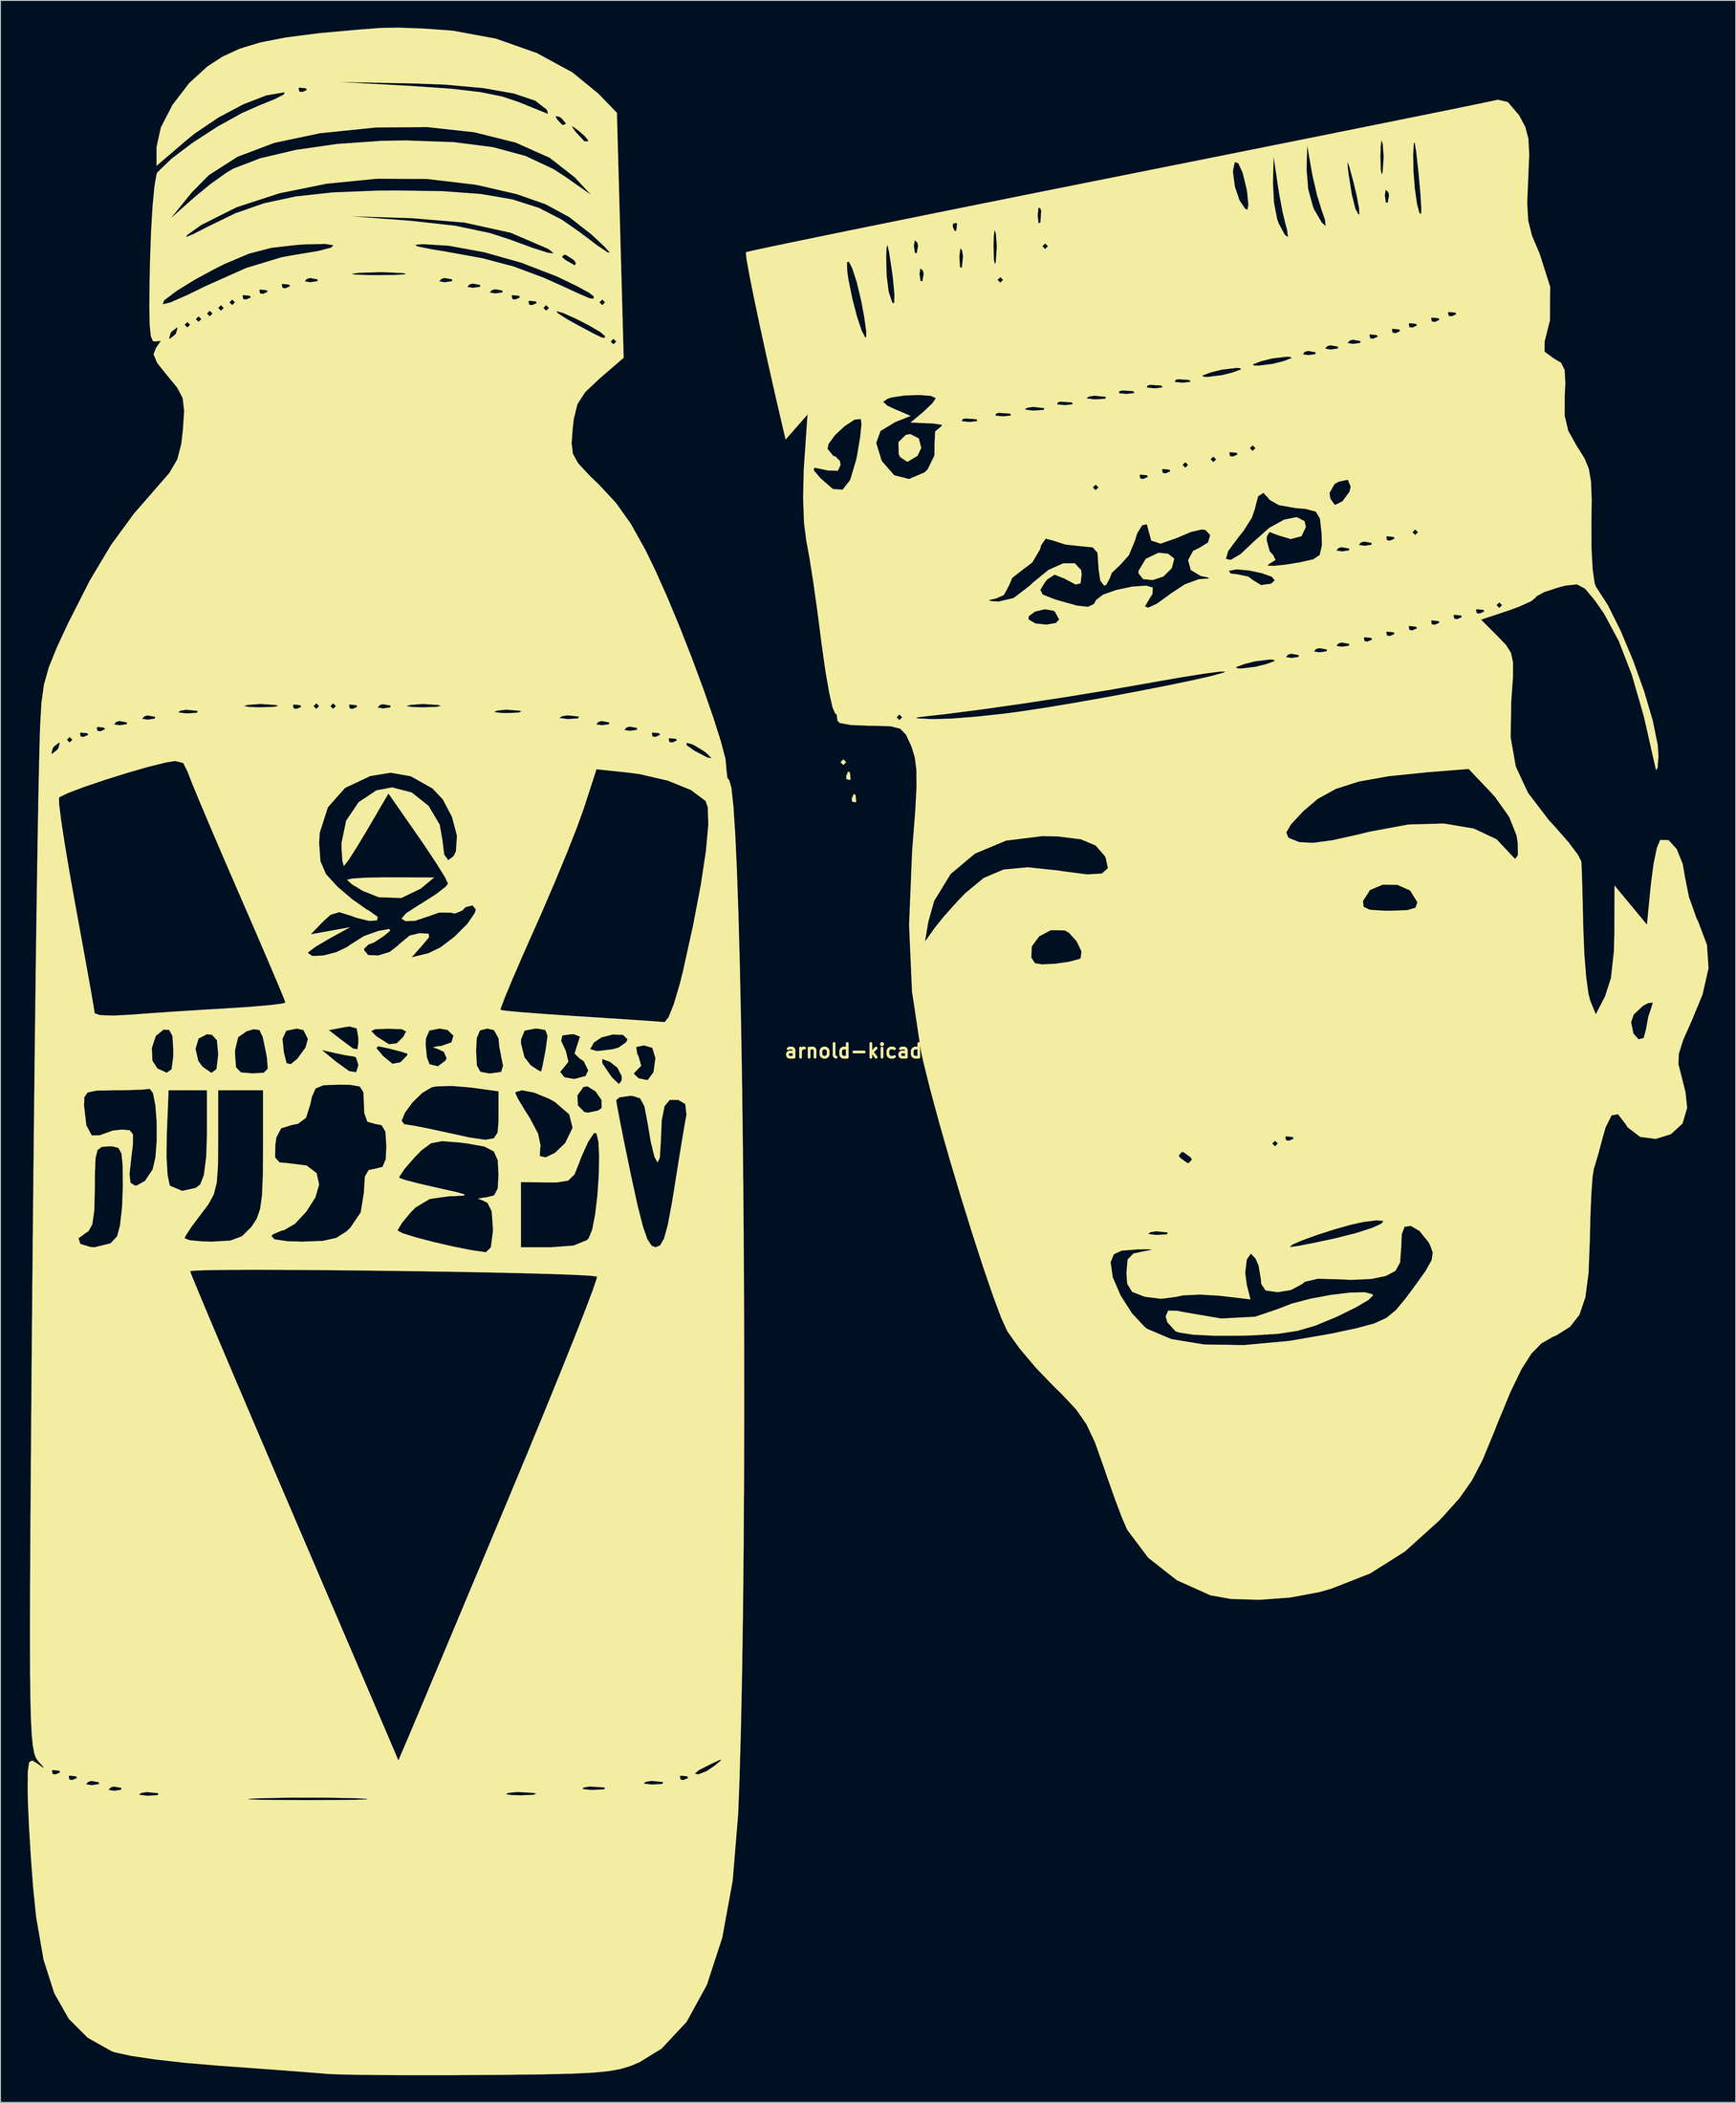
<source format=kicad_pcb>
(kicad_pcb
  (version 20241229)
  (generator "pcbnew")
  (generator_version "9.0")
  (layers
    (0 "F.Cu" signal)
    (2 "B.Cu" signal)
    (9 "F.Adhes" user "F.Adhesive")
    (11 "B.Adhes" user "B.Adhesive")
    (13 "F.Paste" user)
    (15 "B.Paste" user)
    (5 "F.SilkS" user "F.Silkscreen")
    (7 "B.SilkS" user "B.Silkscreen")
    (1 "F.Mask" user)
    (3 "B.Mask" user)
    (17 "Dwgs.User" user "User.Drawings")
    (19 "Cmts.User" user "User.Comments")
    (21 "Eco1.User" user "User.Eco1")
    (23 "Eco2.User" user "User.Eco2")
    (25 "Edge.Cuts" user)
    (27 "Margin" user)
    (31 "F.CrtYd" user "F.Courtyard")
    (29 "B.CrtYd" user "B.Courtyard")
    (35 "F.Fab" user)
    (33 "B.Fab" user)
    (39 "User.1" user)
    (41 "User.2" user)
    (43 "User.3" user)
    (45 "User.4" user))
  (footprint "arnold-kicad-2"
    (layer "F.Cu")
    (at 92.922 113.053)
    (property "Reference" "arnold-kicad-2" (at 0 0 0) (layer "F.SilkS") (effects (font (size 1.524 1.524) (thickness 0.3))))
    (attr through_hole)
    (fp_poly (pts (xy -2.478 -31.905) (xy -2.788 -31.595) (xy -3.098 -31.905) (xy -2.788 -32.215) (xy -2.478 -31.905)) (stroke (width 0.01) (type solid)) (fill yes) (layer "F.SilkS"))
    (fp_poly (pts (xy -2.065 -30.769) (xy -1.991 -30.034) (xy -2.065 -29.943) (xy -2.433 -30.028) (xy -2.478 -30.356) (xy -2.251 -30.866) (xy -2.065 -30.769)) (stroke (width 0.01) (type solid)) (fill yes) (layer "F.SilkS"))
    (fp_poly (pts (xy -1.446 -28.291) (xy -1.371 -27.556) (xy -1.446 -27.465) (xy -1.814 -27.55) (xy -1.859 -27.878) (xy -1.632 -28.388) (xy -1.446 -28.291)) (stroke (width 0.01) (type solid)) (fill yes) (layer "F.SilkS"))
    (fp_poly (pts (xy 5.546 -67.669) (xy 5.822 -66.629) (xy 5.403 -65.744) (xy 4.29 -65.086) (xy 3.485 -65.62) (xy 3.333 -65.948) (xy 3.306 -67.264) (xy 4.134 -68.069) (xy 4.617 -68.146) (xy 5.546 -67.669)) (stroke (width 0.01) (type solid)) (fill yes) (layer "F.SilkS"))
    (fp_poly (pts (xy 33.086 -54.935) (xy 33.777 -54.399) (xy 33.527 -53.418) (xy 33.459 -53.287) (xy 32.577 -52.418) (xy 31.394 -52.025) (xy 30.335 -52.133) (xy 29.829 -52.772) (xy 29.846 -53.057) (xy 30.63 -54.364) (xy 32.017 -55.032) (xy 33.086 -54.935)) (stroke (width 0.01) (type solid)) (fill yes) (layer "F.SilkS"))
    (fp_poly (pts (xy -52.813 -19.184) (xy -48.012 -19.164) (xy -49.475 -17.945) (xy -51.634 -16.9) (xy -54.123 -16.988) (xy -55.911 -17.701) (xy -57.096 -18.426) (xy -57.614 -18.905) (xy -57.615 -18.915) (xy -57.045 -19.049) (xy -55.534 -19.145) (xy -53.38 -19.185) (xy -52.813 -19.184)) (stroke (width 0.01) (type solid)) (fill yes) (layer "F.SilkS"))
    (fp_poly (pts (xy 55.686 26.882) (xy 55.739 27.014) (xy 55.207 27.518) (xy 53.816 28.334) (xy 51.854 29.299) (xy 51.571 29.427) (xy 49.373 30.335) (xy 47.415 30.911) (xy 45.255 31.242) (xy 42.455 31.412) (xy 41.21 31.451) (xy 38.235 31.461) (xy 35.826 31.334) (xy 34.261 31.09) (xy 33.918 30.955) (xy 33.019 29.978) (xy 32.834 29.324) (xy 33.108 28.681) (xy 34.124 28.699) (xy 34.538 28.798) (xy 38.965 29.556) (xy 42.726 29.355) (xy 45.171 28.525) (xy 46.782 27.903) (xy 48.869 27.36) (xy 51.118 26.942) (xy 53.214 26.693) (xy 54.841 26.658) (xy 55.686 26.882)) (stroke (width 0.01) (type solid)) (fill yes) (layer "F.SilkS"))
    (fp_poly (pts (xy 70.639 -104.823) (xy 71.862 -103.389) (xy 71.892 -103.341) (xy 72.553 -102.108) (xy 72.904 -100.798) (xy 72.997 -99.028) (xy 72.889 -96.419) (xy 72.884 -96.347) (xy 72.774 -93.669) (xy 72.886 -91.745) (xy 73.293 -90.101) (xy 74.067 -88.263) (xy 74.14 -88.107) (xy 75.313 -84.418) (xy 75.287 -80.71) (xy 74.697 -78.368) (xy 74.691 -77.256) (xy 75.706 -76.51) (xy 76.523 -76.019) (xy 76.914 -75.233) (xy 76.988 -73.793) (xy 76.927 -72.483) (xy 76.913 -70.205) (xy 77.304 -68.527) (xy 78.248 -66.833) (xy 78.355 -66.675) (xy 79.109 -65.469) (xy 79.579 -64.329) (xy 79.823 -62.927) (xy 79.9 -60.931) (xy 79.871 -58.161) (xy 79.883 -55.459) (xy 80.008 -53.198) (xy 80.223 -51.686) (xy 80.383 -51.269) (xy 81.7 -49.23) (xy 83.109 -46.397) (xy 84.486 -43.106) (xy 85.709 -39.688) (xy 86.653 -36.479) (xy 87.197 -33.811) (xy 87.279 -32.571) (xy 87.186 -31.313) (xy 87.034 -31.03) (xy 86.954 -31.285) (xy 85.672 -36.958) (xy 84.339 -41.571) (xy 82.892 -45.301) (xy 81.266 -48.328) (xy 80.258 -49.775) (xy 79.178 -51.071) (xy 78.272 -51.552) (xy 76.994 -51.409) (xy 76.193 -51.204) (xy 74.659 -50.698) (xy 73.793 -50.226) (xy 73.722 -50.102) (xy 73.187 -49.675) (xy 71.817 -49.06) (xy 70.698 -48.656) (xy 67.673 -47.651) (xy 69.547 -45.778) (xy 70.449 -44.831) (xy 70.981 -43.99) (xy 71.209 -42.926) (xy 71.202 -41.306) (xy 71.028 -38.8) (xy 71.015 -38.63) (xy 70.944 -34.659) (xy 71.513 -31.422) (xy 72.862 -28.519) (xy 75.13 -25.551) (xy 75.9 -24.706) (xy 77.342 -23.061) (xy 78.375 -21.688) (xy 78.758 -20.935) (xy 78.803 -20.01) (xy 78.863 -18.145) (xy 78.927 -15.641) (xy 78.972 -13.629) (xy 79.087 -10.749) (xy 79.289 -8.193) (xy 79.547 -6.306) (xy 79.732 -5.589) (xy 80.359 -4.054) (xy 81.377 -6.023) (xy 82.031 -8.046) (xy 82.36 -11.034) (xy 82.412 -13.134) (xy 82.428 -18.276) (xy 86.008 -13.957) (xy 86.451 -18.453) (xy 86.745 -20.697) (xy 87.105 -22.424) (xy 87.458 -23.291) (xy 87.492 -23.319) (xy 88.408 -23.287) (xy 89.293 -22.305) (xy 89.961 -20.651) (xy 90.198 -19.272) (xy 90.642 -17.032) (xy 91.467 -14.708) (xy 91.669 -14.285) (xy 92.642 -11.712) (xy 92.811 -9.145) (xy 92.157 -6.262) (xy 91.009 -3.474) (xy 90.013 -1.226) (xy 89.53 0.301) (xy 89.486 1.477) (xy 89.77 2.573) (xy 90.263 4.542) (xy 90.449 6.273) (xy 89.941 8.006) (xy 88.661 9.184) (xy 86.978 9.71) (xy 85.257 9.489) (xy 83.867 8.425) (xy 83.63 8.046) (xy 82.815 6.986) (xy 82.101 7.106) (xy 81.443 8.43) (xy 81.149 9.448) (xy 80.654 11.296) (xy 80.232 12.727) (xy 80.137 13.01) (xy 79.99 13.984) (xy 79.856 15.899) (xy 79.751 18.458) (xy 79.7 20.754) (xy 79.557 24.496) (xy 79.2 27.219) (xy 78.548 29.135) (xy 77.519 30.456) (xy 76.033 31.395) (xy 75.556 31.605) (xy 74.35 32.297) (xy 73.25 33.418) (xy 72.146 35.146) (xy 70.929 37.661) (xy 69.489 41.141) (xy 69.103 42.127) (xy 67.845 45.168) (xy 66.661 47.45) (xy 65.283 49.405) (xy 63.441 51.466) (xy 62.99 51.933) (xy 59.253 55.299) (xy 55.433 57.709) (xy 51.122 59.403) (xy 49.751 59.788) (xy 46.595 60.374) (xy 43.194 60.627) (xy 40.038 60.534) (xy 37.786 60.133) (xy 34.067 58.462) (xy 30.908 55.985) (xy 28.623 52.949) (xy 28.522 52.758) (xy 27.991 51.524) (xy 27.217 49.476) (xy 26.335 46.981) (xy 25.99 45.962) (xy 25.009 43.213) (xy 24.077 41.232) (xy 22.929 39.588) (xy 21.3 37.852) (xy 20.541 37.118) (xy 18.544 35.055) (xy 16.705 32.885) (xy 15.394 31.048) (xy 15.309 30.904) (xy 14.659 29.473) (xy 13.757 27.064) (xy 12.671 23.896) (xy 12.504 23.382) (xy 26.751 23.382) (xy 26.978 24.989) (xy 27.848 27.008) (xy 29.112 28.992) (xy 30.521 30.493) (xy 30.82 30.71) (xy 33.461 31.829) (xy 37.066 32.424) (xy 41.474 32.491) (xy 46.523 32.026) (xy 51.099 31.23) (xy 53.938 30.623) (xy 55.873 30.101) (xy 57.212 29.494) (xy 58.266 28.629) (xy 59.341 27.337) (xy 60.206 26.176) (xy 61.537 24.32) (xy 62.215 23.121) (xy 62.345 22.259) (xy 62.034 21.41) (xy 61.873 21.116) (xy 60.882 19.888) (xy 59.917 19.319) (xy 59.227 19.415) (xy 58.915 20.24) (xy 58.854 21.653) (xy 58.733 23.359) (xy 58.212 24.288) (xy 57.15 24.854) (xy 55.552 25.181) (xy 53.352 25.283) (xy 52.039 25.222) (xy 49.646 25.157) (xy 48.221 25.49) (xy 47.833 25.783) (xy 46.659 26.41) (xy 45.2 26.639) (xy 43.869 26.454) (xy 43.389 25.72) (xy 43.356 25.245) (xy 43.098 23.701) (xy 42.77 22.939) (xy 42.245 22.38) (xy 41.835 22.963) (xy 41.784 23.096) (xy 41.617 24.496) (xy 41.784 25.8) (xy 42.195 27.437) (xy 38.795 27.038) (xy 36.606 26.904) (xy 34.718 26.999) (xy 33.96 27.162) (xy 32.333 27.375) (xy 30.511 27.145) (xy 29.122 26.606) (xy 28.577 25.701) (xy 28.498 24.492) (xy 28.628 23.035) (xy 29.263 22.375) (xy 30.511 22.11) (xy 31.339 21.96) (xy 30.933 21.9) (xy 29.737 21.915) (xy 27.974 22.054) (xy 27.1 22.453) (xy 26.766 23.285) (xy 26.751 23.382) (xy 12.504 23.382) (xy 11.937 21.633) (xy 46.55 21.633) (xy 46.651 21.654) (xy 47.46 21.541) (xy 49.134 21.217) (xy 51.329 20.749) (xy 51.607 20.687) (xy 53.933 20.099) (xy 55.669 19.535) (xy 56.692 19.067) (xy 56.878 18.767) (xy 56.105 18.706) (xy 54.698 18.881) (xy 53.258 19.2) (xy 51.459 19.709) (xy 49.595 20.308) (xy 47.96 20.896) (xy 46.847 21.371) (xy 46.55 21.633) (xy 11.937 21.633) (xy 11.475 20.212) (xy 30.89 20.212) (xy 31.712 20.319) (xy 31.905 20.323) (xy 32.963 20.256) (xy 33.056 20.062) (xy 33.001 20.038) (xy 31.771 19.915) (xy 31.142 20.015) (xy 30.89 20.212) (xy 11.475 20.212) (xy 11.467 20.187) (xy 10.214 16.157) (xy 8.979 12.025) (xy 8.838 11.533) (xy 34.284 11.533) (xy 34.383 11.771) (xy 35.204 12.367) (xy 35.385 12.39) (xy 35.721 12.009) (xy 35.622 11.771) (xy 34.801 11.174) (xy 34.62 11.151) (xy 34.284 11.533) (xy 8.838 11.533) (xy 8.463 10.222) (xy 44.605 10.222) (xy 44.915 10.532) (xy 45.224 10.222) (xy 44.915 9.912) (xy 44.605 10.222) (xy 8.463 10.222) (xy 8.256 9.499) (xy 46.05 9.499) (xy 46.135 9.867) (xy 46.463 9.912) (xy 46.973 9.686) (xy 46.876 9.499) (xy 46.141 9.425) (xy 46.05 9.499) (xy 8.256 9.499) (xy 7.829 8.009) (xy 6.833 4.328) (xy 6.056 1.202) (xy 5.801 0.057) (xy 5.315 -3.179) (xy 84.254 -3.179) (xy 84.513 -1.926) (xy 85.082 -1.289) (xy 85.647 -1.431) (xy 85.89 -2.323) (xy 86.171 -3.83) (xy 86.426 -4.564) (xy 86.661 -5.346) (xy 86.167 -5.301) (xy 85.587 -5.006) (xy 84.549 -4.035) (xy 84.254 -3.179) (xy 5.315 -3.179) (xy 4.804 -6.582) (xy 4.639 -10.32) (xy 17.984 -10.32) (xy 18.386 -9.698) (xy 19.157 -9.564) (xy 20.592 -9.635) (xy 22.143 -9.852) (xy 23.265 -10.153) (xy 23.443 -10.257) (xy 23.525 -11.013) (xy 22.997 -12.115) (xy 22.149 -13.059) (xy 21.675 -13.322) (xy 20.15 -13.351) (xy 18.845 -12.66) (xy 18.032 -11.55) (xy 17.984 -10.32) (xy 4.639 -10.32) (xy 4.562 -12.08) (xy 6.233 -12.08) (xy 7.298 -13.581) (xy 8.369 -14.912) (xy 9.851 -16.559) (xy 54.633 -16.559) (xy 54.697 -15.922) (xy 55.385 -15.599) (xy 56.965 -15.492) (xy 57.615 -15.488) (xy 59.507 -15.555) (xy 60.424 -15.817) (xy 60.625 -16.36) (xy 60.603 -16.506) (xy 59.838 -17.731) (xy 58.431 -18.355) (xy 56.809 -18.372) (xy 55.401 -17.779) (xy 54.635 -16.573) (xy 54.633 -16.559) (xy 9.851 -16.559) (xy 9.883 -16.594) (xy 10.682 -17.424) (xy 12.723 -19.11) (xy 14.92 -20.043) (xy 17.584 -20.293) (xy 21.023 -19.929) (xy 21.448 -19.857) (xy 24.158 -19.503) (xy 25.794 -19.604) (xy 26.448 -20.196) (xy 26.211 -21.31) (xy 26.078 -21.574) (xy 25.096 -22.699) (xy 23.467 -23.384) (xy 20.968 -23.699) (xy 19.205 -23.739) (xy 15.19 -23.241) (xy 11.763 -21.81) (xy 9.068 -19.555) (xy 7.251 -16.586) (xy 6.595 -14.249) (xy 6.233 -12.08) (xy 4.562 -12.08) (xy 4.48 -13.953) (xy 4.824 -22.206) (xy 4.893 -23.061) (xy 4.978 -24.152) (xy 46.159 -24.152) (xy 46.362 -23.606) (xy 46.5 -23.506) (xy 47.589 -23.072) (xy 49.098 -22.99) (xy 51.255 -23.278) (xy 54.289 -23.955) (xy 55.343 -24.221) (xy 59.664 -25.018) (xy 63.56 -25.127) (xy 66.859 -24.575) (xy 69.389 -23.388) (xy 70.836 -21.849) (xy 71.439 -21.208) (xy 71.755 -21.64) (xy 71.729 -22.996) (xy 71.599 -23.827) (xy 70.792 -25.852) (xy 69.224 -28.066) (xy 68.747 -28.592) (xy 66.308 -31.156) (xy 61.806 -30.799) (xy 57.491 -30.36) (xy 54.178 -29.77) (xy 51.63 -28.954) (xy 49.615 -27.84) (xy 48.049 -26.51) (xy 46.684 -25.046) (xy 46.159 -24.152) (xy 4.978 -24.152) (xy 5.17 -26.627) (xy 5.303 -29.207) (xy 5.288 -31.048) (xy 5.12 -32.394) (xy 4.795 -33.493) (xy 4.693 -33.748) (xy 4.136 -34.95) (xy 3.504 -35.603) (xy 2.438 -35.874) (xy 0.576 -35.931) (xy -0.005 -35.932) (xy -1.958 -36.014) (xy -3.181 -36.233) (xy -3.44 -36.498) (xy -3.48 -36.861) (xy 3.098 -36.861) (xy 3.407 -36.551) (xy 3.69 -36.834) (xy 5.238 -36.834) (xy 5.442 -36.741) (xy 6.843 -36.67) (xy 7.124 -36.662) (xy 9.089 -36.714) (xy 11.839 -36.926) (xy 14.935 -37.259) (xy 16.727 -37.495) (xy 19.603 -37.932) (xy 22.873 -38.478) (xy 26.331 -39.092) (xy 29.767 -39.735) (xy 32.976 -40.364) (xy 35.749 -40.94) (xy 37.88 -41.423) (xy 39.161 -41.772) (xy 39.436 -41.927) (xy 38.774 -41.908) (xy 37.124 -41.691) (xy 34.715 -41.311) (xy 31.777 -40.801) (xy 30.905 -40.642) (xy 26.572 -39.882) (xy 21.816 -39.107) (xy 16.984 -38.37) (xy 12.423 -37.722) (xy 8.479 -37.214) (xy 6.195 -36.962) (xy 5.238 -36.834) (xy 3.69 -36.834) (xy 3.717 -36.861) (xy 3.407 -37.171) (xy 3.098 -36.861) (xy -3.48 -36.861) (xy -3.515 -37.181) (xy -3.679 -37.273) (xy -3.97 -37.931) (xy -4.348 -39.585) (xy -4.767 -41.997) (xy -4.823 -42.393) (xy 40.572 -42.393) (xy 40.789 -42.26) (xy 41.198 -42.25) (xy 42.77 -42.441) (xy 43.985 -42.746) (xy 44.92 -43.099) (xy 44.703 -43.233) (xy 44.295 -43.242) (xy 42.723 -43.051) (xy 41.507 -42.746) (xy 40.572 -42.393) (xy -4.823 -42.393) (xy -4.982 -43.514) (xy 46.113 -43.514) (xy 46.722 -43.415) (xy 47.525 -43.529) (xy 47.535 -43.74) (xy 46.706 -43.888) (xy 46.347 -43.789) (xy 46.113 -43.514) (xy -4.982 -43.514) (xy -5.069 -44.133) (xy 49.21 -44.133) (xy 49.819 -44.034) (xy 50.623 -44.148) (xy 50.632 -44.36) (xy 49.803 -44.508) (xy 49.445 -44.409) (xy 49.21 -44.133) (xy -5.069 -44.133) (xy -5.157 -44.753) (xy 51.688 -44.753) (xy 52.297 -44.654) (xy 53.101 -44.768) (xy 53.11 -44.979) (xy 52.281 -45.127) (xy 51.923 -45.028) (xy 51.688 -44.753) (xy -5.157 -44.753) (xy -5.182 -44.929) (xy -5.25 -45.471) (xy -5.271 -45.637) (xy 54.724 -45.637) (xy 54.809 -45.269) (xy 55.137 -45.224) (xy 55.647 -45.451) (xy 55.55 -45.637) (xy 54.814 -45.712) (xy 54.724 -45.637) (xy -5.271 -45.637) (xy -5.351 -46.257) (xy 57.202 -46.257) (xy 57.287 -45.889) (xy 57.615 -45.844) (xy 58.125 -46.071) (xy 58.028 -46.257) (xy 57.292 -46.331) (xy 57.202 -46.257) (xy -5.351 -46.257) (xy -5.432 -46.876) (xy 59.68 -46.876) (xy 59.765 -46.508) (xy 60.093 -46.463) (xy 60.603 -46.69) (xy 60.506 -46.876) (xy 59.77 -46.951) (xy 59.68 -46.876) (xy -5.432 -46.876) (xy -5.533 -47.658) (xy 17.684 -47.658) (xy 18.457 -47.222) (xy 19.661 -47.098) (xy 20.716 -47.284) (xy 20.908 -47.496) (xy 62.158 -47.496) (xy 62.243 -47.128) (xy 62.571 -47.083) (xy 63.081 -47.31) (xy 62.984 -47.496) (xy 62.249 -47.57) (xy 62.158 -47.496) (xy 20.908 -47.496) (xy 21.063 -47.666) (xy 20.822 -48.115) (xy 64.636 -48.115) (xy 64.721 -47.747) (xy 65.049 -47.702) (xy 65.559 -47.929) (xy 65.462 -48.115) (xy 64.727 -48.19) (xy 64.636 -48.115) (xy 20.822 -48.115) (xy 20.613 -48.504) (xy 20.438 -48.635) (xy 19.872 -48.735) (xy 67.114 -48.735) (xy 67.199 -48.367) (xy 67.527 -48.322) (xy 68.037 -48.549) (xy 67.94 -48.735) (xy 67.205 -48.809) (xy 67.114 -48.735) (xy 19.872 -48.735) (xy 19.48 -48.804) (xy 18.391 -48.542) (xy 17.689 -48.032) (xy 17.684 -47.658) (xy -5.533 -47.658) (xy -5.679 -48.783) (xy -5.824 -49.801) (xy 13.259 -49.801) (xy 13.57 -49.696) (xy 14.374 -49.645) (xy 16.037 -50.038) (xy 17.885 -51.459) (xy 18.153 -51.729) (xy 19.871 -53.135) (xy 21.497 -53.865) (xy 22.784 -53.877) (xy 23.482 -53.127) (xy 23.541 -52.659) (xy 23.424 -51.661) (xy 22.879 -51.533) (xy 21.637 -52.194) (xy 20.551 -52.622) (xy 19.73 -52.088) (xy 19.462 -51.746) (xy 18.979 -50.932) (xy 19.237 -50.422) (xy 20.439 -49.941) (xy 20.894 -49.797) (xy 23.007 -49.203) (xy 24.252 -49.063) (xy 24.911 -49.38) (xy 25.165 -49.841) (xy 25.916 -50.414) (xy 27.411 -50.936) (xy 29.159 -51.302) (xy 30.669 -51.403) (xy 31.402 -51.199) (xy 31.37 -50.494) (xy 30.988 -49.886) (xy 30.538 -49.107) (xy 30.903 -48.97) (xy 31.509 -49.251) (xy 69.385 -49.251) (xy 69.695 -48.941) (xy 70.005 -49.251) (xy 69.695 -49.561) (xy 69.385 -49.251) (xy 31.509 -49.251) (xy 31.873 -49.42) (xy 33.238 -50.405) (xy 33.341 -50.49) (xy 34.931 -51.539) (xy 36.444 -52.101) (xy 36.641 -52.123) (xy 37.667 -52.202) (xy 37.476 -52.322) (xy 36.706 -52.476) (xy 35.792 -53.03) (xy 39.814 -53.03) (xy 40.018 -52.739) (xy 40.748 -52.659) (xy 41.977 -52.396) (xy 42.437 -52.039) (xy 43.365 -51.469) (xy 44.487 -51.623) (xy 44.881 -51.984) (xy 44.567 -52.386) (xy 43.462 -52.785) (xy 42.009 -53.09) (xy 40.651 -53.207) (xy 39.833 -53.047) (xy 39.814 -53.03) (xy 35.792 -53.03) (xy 35.602 -53.144) (xy 35.313 -54.234) (xy 35.387 -54.367) (xy 39.49 -54.367) (xy 39.997 -54.241) (xy 41.092 -54.878) (xy 42.621 -56.315) (xy 42.629 -56.324) (xy 44.291 -57.798) (xy 45.938 -58.704) (xy 47.314 -58.972) (xy 48.167 -58.532) (xy 48.322 -57.905) (xy 47.842 -56.871) (xy 46.645 -56.557) (xy 45.273 -56.969) (xy 44.306 -57.336) (xy 44 -56.832) (xy 43.985 -56.434) (xy 44.32 -55.202) (xy 44.719 -54.757) (xy 44.958 -54.246) (xy 44.254 -53.805) (xy 44.084 -53.607) (xy 44.81 -53.592) (xy 46.108 -53.727) (xy 47.653 -53.978) (xy 49.121 -54.311) (xy 49.129 -54.314) (xy 49.848 -54.783) (xy 49.964 -55.285) (xy 51.688 -55.285) (xy 52.297 -55.185) (xy 53.101 -55.299) (xy 53.11 -55.511) (xy 52.281 -55.659) (xy 51.923 -55.56) (xy 51.688 -55.285) (xy 49.964 -55.285) (xy 50.1 -55.875) (xy 50.1 -55.904) (xy 54.166 -55.904) (xy 54.775 -55.805) (xy 55.579 -55.919) (xy 55.588 -56.13) (xy 54.759 -56.278) (xy 54.401 -56.179) (xy 54.166 -55.904) (xy 50.1 -55.904) (xy 50.072 -56.789) (xy 57.202 -56.789) (xy 57.287 -56.42) (xy 57.615 -56.376) (xy 58.125 -56.602) (xy 58.028 -56.789) (xy 57.292 -56.863) (xy 57.202 -56.789) (xy 50.072 -56.789) (xy 50.059 -57.202) (xy 50.047 -57.305) (xy 60.093 -57.305) (xy 60.402 -56.995) (xy 60.712 -57.305) (xy 60.402 -57.615) (xy 60.093 -57.305) (xy 50.047 -57.305) (xy 49.88 -58.816) (xy 49.413 -59.591) (xy 48.289 -59.885) (xy 47.204 -59.975) (xy 45.327 -60.308) (xy 44.278 -60.911) (xy 44.196 -61.056) (xy 43.644 -61.643) (xy 50.927 -61.643) (xy 51.027 -61.015) (xy 51.529 -60.311) (xy 52.334 -60.7) (xy 52.356 -60.718) (xy 53.139 -61.773) (xy 53.278 -62.337) (xy 52.955 -63.11) (xy 51.948 -62.893) (xy 51.484 -62.624) (xy 50.927 -61.643) (xy 43.644 -61.643) (xy 43.631 -61.657) (xy 43.041 -61.287) (xy 42.747 -60.162) (xy 42.746 -60.078) (xy 42.355 -58.913) (xy 41.371 -57.374) (xy 40.867 -56.756) (xy 39.728 -55.219) (xy 39.49 -54.367) (xy 35.387 -54.367) (xy 35.864 -55.238) (xy 36.551 -55.577) (xy 37.514 -56.179) (xy 37.758 -56.997) (xy 37.221 -57.562) (xy 36.83 -57.615) (xy 35.632 -57.342) (xy 34.069 -56.683) (xy 34.024 -56.66) (xy 32.268 -56.051) (xy 31.239 -56.388) (xy 30.976 -57.341) (xy 30.749 -58.19) (xy 30.231 -58.079) (xy 29.667 -57.163) (xy 29.42 -56.346) (xy 28.754 -54.753) (xy 27.822 -53.719) (xy 26.877 -52.817) (xy 26.639 -52.2) (xy 26.25 -51.476) (xy 26.02 -51.42) (xy 25.61 -51.964) (xy 25.405 -53.303) (xy 25.4 -53.588) (xy 25.298 -55.044) (xy 24.77 -55.641) (xy 23.501 -55.756) (xy 21.738 -55.953) (xy 20.467 -56.363) (xy 19.574 -56.602) (xy 19.075 -55.885) (xy 18.942 -55.413) (xy 18.097 -53.974) (xy 17.019 -53.158) (xy 15.88 -52.272) (xy 15.488 -51.363) (xy 14.944 -50.366) (xy 14.094 -49.998) (xy 13.259 -49.801) (xy -5.824 -49.801) (xy -6.126 -51.923) (xy -6.538 -54.54) (xy -6.863 -56.282) (xy -6.868 -56.303) (xy -7.128 -58.327) (xy -7.23 -61.094) (xy -7.16 -64.116) (xy -7.157 -64.179) (xy -6.075 -64.179) (xy -5.325 -63.283) (xy -3.951 -62.085) (xy -2.875 -62.002) (xy -2.67 -62.261) (xy 24.78 -62.261) (xy 25.09 -61.951) (xy 25.4 -62.261) (xy 25.09 -62.571) (xy 24.78 -62.261) (xy -2.67 -62.261) (xy -2.032 -63.071) (xy -1.358 -65.331) (xy -1.277 -65.729) (xy -1.03 -67.181) (xy 0.841 -67.181) (xy 1.408 -65.327) (xy 1.52 -65.105) (xy 2.834 -63.597) (xy 4.48 -63.183) (xy 5.457 -63.603) (xy 29.943 -63.603) (xy 30.028 -63.235) (xy 30.356 -63.19) (xy 30.866 -63.417) (xy 30.769 -63.603) (xy 30.034 -63.677) (xy 29.943 -63.603) (xy 5.457 -63.603) (xy 6.177 -63.913) (xy 6.516 -64.219) (xy 6.518 -64.223) (xy 32.421 -64.223) (xy 32.506 -63.854) (xy 32.834 -63.81) (xy 33.344 -64.036) (xy 33.247 -64.223) (xy 32.512 -64.297) (xy 32.421 -64.223) (xy 6.518 -64.223) (xy 6.769 -64.739) (xy 34.693 -64.739) (xy 35.002 -64.429) (xy 35.312 -64.739) (xy 35.002 -65.049) (xy 34.693 -64.739) (xy 6.769 -64.739) (xy 7.071 -65.359) (xy 37.79 -65.359) (xy 38.1 -65.049) (xy 38.41 -65.359) (xy 38.1 -65.668) (xy 37.79 -65.359) (xy 7.071 -65.359) (xy 7.281 -65.789) (xy 7.283 -66.081) (xy 39.855 -66.081) (xy 39.94 -65.713) (xy 40.268 -65.668) (xy 40.778 -65.895) (xy 40.681 -66.081) (xy 39.946 -66.155) (xy 39.855 -66.081) (xy 7.283 -66.081) (xy 7.288 -66.598) (xy 42.127 -66.598) (xy 42.437 -66.288) (xy 42.746 -66.598) (xy 42.437 -66.907) (xy 42.127 -66.598) (xy 7.288 -66.598) (xy 7.291 -66.983) (xy 7.359 -68.436) (xy 8.01 -68.98) (xy 8.13 -69.168) (xy 7.223 -69.311) (xy 6.815 -69.334) (xy 4.646 -69.427) (xy 4.818 -69.57) (xy 10.299 -69.57) (xy 11.151 -69.483) (xy 12.031 -69.581) (xy 11.926 -69.796) (xy 10.657 -69.877) (xy 10.377 -69.796) (xy 10.299 -69.57) (xy 4.818 -69.57) (xy 5.56 -70.189) (xy 14.016 -70.189) (xy 14.868 -70.103) (xy 15.748 -70.2) (xy 15.643 -70.415) (xy 14.374 -70.497) (xy 14.094 -70.415) (xy 14.016 -70.189) (xy 5.56 -70.189) (xy 6.04 -70.589) (xy 6.323 -70.857) (xy 17.26 -70.857) (xy 18.083 -70.749) (xy 18.276 -70.745) (xy 19.334 -70.812) (xy 19.427 -71.006) (xy 19.372 -71.031) (xy 18.142 -71.153) (xy 17.513 -71.054) (xy 17.26 -70.857) (xy 6.323 -70.857) (xy 6.927 -71.428) (xy 20.831 -71.428) (xy 21.683 -71.342) (xy 22.562 -71.439) (xy 22.457 -71.654) (xy 21.189 -71.736) (xy 20.909 -71.654) (xy 20.831 -71.428) (xy 6.927 -71.428) (xy 7.04 -71.535) (xy 7.419 -72.096) (xy 24.075 -72.096) (xy 24.898 -71.988) (xy 25.09 -71.984) (xy 26.148 -72.051) (xy 26.241 -72.245) (xy 26.186 -72.27) (xy 24.956 -72.392) (xy 24.328 -72.293) (xy 24.075 -72.096) (xy 7.419 -72.096) (xy 7.434 -72.118) (xy 6.898 -72.374) (xy 5.598 -72.472) (xy 4.001 -72.415) (xy 2.572 -72.206) (xy 2.146 -72.079) (xy 1.61 -71.719) (xy 2.076 -71.284) (xy 2.87 -70.916) (xy 4.646 -70.157) (xy 2.927 -69.471) (xy 1.326 -68.496) (xy 0.841 -67.181) (xy -1.03 -67.181) (xy -0.933 -67.748) (xy -0.782 -69.232) (xy -0.838 -69.81) (xy -1.534 -69.755) (xy -2.615 -69.053) (xy -3.708 -68.037) (xy -4.438 -67.04) (xy -4.53 -66.518) (xy -3.916 -65.749) (xy -3.651 -65.668) (xy -3.161 -65.165) (xy -3.098 -64.727) (xy -3.401 -64.102) (xy -4.491 -64.13) (xy -4.801 -64.2) (xy -5.969 -64.443) (xy -6.075 -64.179) (xy -7.157 -64.179) (xy -7.123 -64.729) (xy -6.742 -70.315) (xy -7.953 -68.932) (xy -9.164 -67.549) (xy -9.49 -68.932) (xy -10.357 -72.667) (xy 27.645 -72.667) (xy 28.498 -72.581) (xy 29.377 -72.678) (xy 29.272 -72.893) (xy 28.004 -72.975) (xy 27.723 -72.893) (xy 27.645 -72.667) (xy -10.357 -72.667) (xy -10.379 -72.763) (xy -10.497 -73.287) (xy 30.743 -73.287) (xy 31.595 -73.2) (xy 32.475 -73.298) (xy 32.37 -73.513) (xy 31.101 -73.595) (xy 30.821 -73.513) (xy 30.743 -73.287) (xy -10.497 -73.287) (xy -10.636 -73.906) (xy 33.84 -73.906) (xy 34.693 -73.82) (xy 35.572 -73.917) (xy 35.467 -74.132) (xy 34.199 -74.214) (xy 33.918 -74.132) (xy 33.84 -73.906) (xy -10.636 -73.906) (xy -10.794 -74.608) (xy 36.855 -74.608) (xy 37.072 -74.475) (xy 37.48 -74.465) (xy 39.053 -74.656) (xy 40.268 -74.961) (xy 41.203 -75.314) (xy 40.986 -75.447) (xy 40.578 -75.457) (xy 39.006 -75.266) (xy 37.79 -74.961) (xy 36.855 -74.608) (xy -10.794 -74.608) (xy -11.073 -75.847) (xy 42.431 -75.847) (xy 42.648 -75.714) (xy 43.056 -75.704) (xy 44.628 -75.895) (xy 45.844 -76.2) (xy 46.779 -76.553) (xy 46.562 -76.686) (xy 46.154 -76.696) (xy 44.582 -76.505) (xy 43.366 -76.2) (xy 42.431 -75.847) (xy -11.073 -75.847) (xy -11.233 -76.558) (xy -11.323 -76.968) (xy 47.971 -76.968) (xy 48.58 -76.868) (xy 49.384 -76.982) (xy 49.393 -77.194) (xy 48.564 -77.342) (xy 48.206 -77.243) (xy 47.971 -76.968) (xy -11.323 -76.968) (xy -11.458 -77.587) (xy 50.449 -77.587) (xy 51.058 -77.488) (xy 51.862 -77.602) (xy 51.871 -77.813) (xy 51.042 -77.961) (xy 50.684 -77.862) (xy 50.449 -77.587) (xy -11.458 -77.587) (xy -11.593 -78.207) (xy 52.927 -78.207) (xy 53.536 -78.107) (xy 54.34 -78.221) (xy 54.349 -78.433) (xy 53.52 -78.581) (xy 53.162 -78.482) (xy 52.927 -78.207) (xy -11.593 -78.207) (xy -12.012 -80.123) (xy -12.675 -83.266) (xy -13.181 -85.793) (xy -13.421 -87.129) (xy -2.391 -87.129) (xy -2.353 -86.077) (xy -2.219 -85.183) (xy -1.792 -83.088) (xy -1.278 -81.121) (xy -0.773 -79.6) (xy -0.375 -78.842) (xy -0.263 -78.828) (xy -0.26 -79.091) (xy 55.343 -79.091) (xy 55.428 -78.723) (xy 55.756 -78.678) (xy 56.266 -78.905) (xy 56.169 -79.091) (xy 55.434 -79.165) (xy 55.343 -79.091) (xy -0.26 -79.091) (xy -0.255 -79.508) (xy -0.283 -79.711) (xy 57.821 -79.711) (xy 57.906 -79.342) (xy 58.234 -79.298) (xy 58.744 -79.524) (xy 58.647 -79.711) (xy 57.912 -79.785) (xy 57.821 -79.711) (xy -0.283 -79.711) (xy -0.369 -80.33) (xy 59.68 -80.33) (xy 59.765 -79.962) (xy 60.093 -79.917) (xy 60.603 -80.144) (xy 60.506 -80.33) (xy 59.77 -80.404) (xy 59.68 -80.33) (xy -0.369 -80.33) (xy -0.454 -80.95) (xy 62.158 -80.95) (xy 62.243 -80.581) (xy 62.571 -80.537) (xy 63.081 -80.763) (xy 62.984 -80.95) (xy 62.249 -81.024) (xy 62.158 -80.95) (xy -0.454 -80.95) (xy -0.468 -81.047) (xy -0.565 -81.569) (xy 64.016 -81.569) (xy 64.101 -81.201) (xy 64.429 -81.156) (xy 64.939 -81.383) (xy 64.842 -81.569) (xy 64.107 -81.643) (xy 64.016 -81.569) (xy -0.565 -81.569) (xy -0.805 -82.86) (xy -1.299 -84.93) (xy -1.782 -86.421) (xy -2.174 -87.199) (xy -2.391 -87.129) (xy -13.421 -87.129) (xy -13.49 -87.512) (xy -13.505 -87.661) (xy 1.943 -87.661) (xy 1.994 -85.665) (xy 2.207 -83.969) (xy 2.255 -83.764) (xy 2.634 -82.639) (xy 2.84 -82.624) (xy 2.861 -83.597) (xy 2.685 -85.441) (xy 2.628 -85.854) (xy 5.625 -85.854) (xy 5.738 -85.051) (xy 5.95 -85.041) (xy 5.975 -85.183) (xy 14.249 -85.183) (xy 14.559 -84.873) (xy 14.868 -85.183) (xy 14.559 -85.493) (xy 14.249 -85.183) (xy 5.975 -85.183) (xy 6.098 -85.87) (xy 5.999 -86.228) (xy 5.724 -86.463) (xy 5.625 -85.854) (xy 2.628 -85.854) (xy 2.545 -86.465) (xy 2.36 -87.661) (xy 10.033 -87.661) (xy 10.1 -86.603) (xy 10.294 -86.51) (xy 10.319 -86.565) (xy 10.441 -87.795) (xy 10.342 -88.424) (xy 10.144 -88.676) (xy 10.037 -87.853) (xy 10.033 -87.661) (xy 2.36 -87.661) (xy 2.255 -88.345) (xy 2.109 -88.952) (xy 5.005 -88.952) (xy 5.119 -88.148) (xy 5.33 -88.139) (xy 5.466 -88.9) (xy 13.806 -88.9) (xy 13.846 -87.431) (xy 13.956 -86.894) (xy 14.065 -87.188) (xy 14.177 -88.887) (xy 14.176 -88.9) (xy 19.205 -88.9) (xy 19.515 -88.59) (xy 19.824 -88.9) (xy 19.515 -89.21) (xy 19.205 -88.9) (xy 14.176 -88.9) (xy 14.074 -90.285) (xy 13.932 -90.715) (xy 13.834 -90.046) (xy 13.806 -88.9) (xy 5.466 -88.9) (xy 5.478 -88.968) (xy 5.379 -89.326) (xy 5.104 -89.561) (xy 5.005 -88.952) (xy 2.109 -88.952) (xy 2.081 -89.069) (xy 1.987 -88.715) (xy 1.943 -87.661) (xy -13.505 -87.661) (xy -13.561 -88.23) (xy -13.556 -88.237) (xy -12.924 -88.393) (xy -11.177 -88.77) (xy -8.414 -89.347) (xy -4.736 -90.105) (xy -0.242 -91.022) (xy -0.014 -91.068) (xy 9.293 -91.068) (xy 9.519 -90.558) (xy 9.706 -90.655) (xy 9.78 -91.391) (xy 9.706 -91.481) (xy 9.337 -91.396) (xy 9.293 -91.068) (xy -0.014 -91.068) (xy 4.967 -92.079) (xy 6.099 -92.307) (xy 18.683 -92.307) (xy 18.781 -91.428) (xy 18.996 -91.533) (xy 19.077 -92.801) (xy 18.996 -93.082) (xy 18.77 -93.16) (xy 18.683 -92.307) (xy 6.099 -92.307) (xy 10.792 -93.255) (xy 17.133 -94.53) (xy 23.89 -95.883) (xy 27.568 -96.617) (xy 29.67 -97.037) (xy 40.268 -97.037) (xy 40.477 -95.478) (xy 40.981 -93.992) (xy 41.597 -93.049) (xy 41.867 -92.927) (xy 41.973 -93.464) (xy 41.844 -94.8) (xy 41.77 -95.25) (xy 41.612 -95.899) (xy 44.682 -95.899) (xy 44.789 -93.763) (xy 45.148 -91.89) (xy 45.324 -91.407) (xy 45.999 -90.15) (xy 46.346 -89.912) (xy 46.252 -90.722) (xy 46.112 -91.201) (xy 45.764 -92.623) (xy 45.381 -94.661) (xy 45.218 -95.692) (xy 44.969 -97.388) (xy 48.395 -97.388) (xy 48.575 -95.22) (xy 49.113 -93.233) (xy 49.267 -92.896) (xy 50.084 -91.503) (xy 50.506 -91.134) (xy 50.441 -91.805) (xy 50.106 -92.772) (xy 49.577 -94.477) (xy 49.073 -96.637) (xy 48.955 -97.263) (xy 48.789 -98.212) (xy 52.921 -98.212) (xy 52.945 -97.588) (xy 53.022 -96.954) (xy 53.391 -94.639) (xy 53.781 -93.049) (xy 54.133 -92.403) (xy 54.228 -92.431) (xy 54.205 -93.098) (xy 53.932 -94.527) (xy 57.044 -94.527) (xy 57.158 -93.724) (xy 57.369 -93.714) (xy 57.517 -94.543) (xy 57.418 -94.902) (xy 57.143 -95.136) (xy 57.044 -94.527) (xy 53.932 -94.527) (xy 53.919 -94.595) (xy 53.572 -96.04) (xy 53.122 -97.71) (xy 52.921 -98.212) (xy 48.789 -98.212) (xy 48.684 -98.812) (xy 56.553 -98.812) (xy 56.592 -97.343) (xy 56.703 -96.806) (xy 56.812 -97.1) (xy 56.923 -98.8) (xy 56.905 -99.045) (xy 60.177 -99.045) (xy 60.205 -97.188) (xy 60.359 -95.262) (xy 60.592 -93.612) (xy 60.858 -92.588) (xy 61.053 -92.442) (xy 61.079 -93.097) (xy 60.984 -94.668) (xy 60.79 -96.839) (xy 60.746 -97.265) (xy 60.505 -99.408) (xy 60.343 -100.376) (xy 60.24 -100.233) (xy 60.177 -99.045) (xy 56.905 -99.045) (xy 56.82 -100.198) (xy 56.678 -100.627) (xy 56.581 -99.958) (xy 56.553 -98.812) (xy 48.684 -98.812) (xy 48.468 -100.051) (xy 48.395 -97.388) (xy 44.969 -97.388) (xy 44.759 -98.812) (xy 44.682 -95.899) (xy 41.612 -95.899) (xy 41.337 -97.028) (xy 40.865 -98.06) (xy 40.471 -98.205) (xy 40.274 -97.323) (xy 40.268 -97.037) (xy 29.67 -97.037) (xy 34.53 -98.007) (xy 41.15 -99.332) (xy 47.325 -100.57) (xy 52.952 -101.701) (xy 57.929 -102.705) (xy 62.153 -103.559) (xy 65.521 -104.245) (xy 67.932 -104.741) (xy 69.281 -105.026) (xy 69.527 -105.083) (xy 70.639 -104.823)) (stroke (width 0.01) (type solid)) (fill yes) (layer "F.SilkS"))
    (fp_poly (pts (xy -49.247 -112.951) (xy -46.378 -112.747) (xy -45.855 -112.697) (xy -41.158 -111.827) (xy -36.657 -110.24) (xy -32.7 -108.087) (xy -29.856 -105.755) (xy -27.808 -103.637) (xy -27.433 -90.108) (xy -27.059 -76.58) (xy -29.721 -74.287) (xy -31.312 -72.785) (xy -32.169 -71.464) (xy -32.577 -69.799) (xy -32.689 -68.815) (xy -32.812 -67.14) (xy -32.671 -65.968) (xy -32.09 -64.924) (xy -30.895 -63.633) (xy -29.768 -62.543) (xy -27.907 -60.543) (xy -26.269 -58.24) (xy -24.63 -55.294) (xy -23.569 -53.111) (xy -22.237 -50.132) (xy -20.853 -46.802) (xy -19.493 -43.331) (xy -18.234 -39.932) (xy -17.151 -36.815) (xy -16.319 -34.193) (xy -15.816 -32.276) (xy -15.717 -31.277) (xy -15.725 -31.251) (xy -15.609 -30.192) (xy -15.382 -29.878) (xy -15.153 -29.041) (xy -14.938 -27.068) (xy -14.738 -24.062) (xy -14.554 -20.126) (xy -14.386 -15.364) (xy -14.235 -9.879) (xy -14.103 -3.774) (xy -13.989 2.848) (xy -13.896 9.884) (xy -13.824 17.231) (xy -13.773 24.785) (xy -13.745 32.443) (xy -13.74 40.103) (xy -13.76 47.661) (xy -13.806 55.014) (xy -13.877 62.058) (xy -13.975 68.692) (xy -14.102 74.81) (xy -14.257 80.312) (xy -14.405 84.254) (xy -15.017 91.664) (xy -16.171 97.967) (xy -17.866 103.161) (xy -20.102 107.244) (xy -22.878 110.214) (xy -25.333 111.72) (xy -26.337 112.137) (xy -27.401 112.457) (xy -28.703 112.693) (xy -30.422 112.862) (xy -32.739 112.976) (xy -35.831 113.05) (xy -39.879 113.099) (xy -42.746 113.122) (xy -47.025 113.142) (xy -51.025 113.142) (xy -54.534 113.122) (xy -57.339 113.086) (xy -59.229 113.034) (xy -59.783 113.001) (xy -61.272 112.877) (xy -63.709 112.689) (xy -66.805 112.457) (xy -70.271 112.203) (xy -71.863 112.088) (xy -75.535 111.775) (xy -78.837 111.402) (xy -81.507 111.003) (xy -83.286 110.614) (xy -83.634 110.493) (xy -86.281 109.005) (xy -88.375 106.91) (xy -89.98 104.077) (xy -91.159 100.374) (xy -91.975 95.668) (xy -92.308 92.41) (xy -92.556 89.105) (xy -92.756 85.844) (xy -92.883 83.058) (xy -92.893 82.617) (xy -68.512 82.617) (xy -68.498 82.673) (xy -67.414 82.717) (xy -65.346 82.747) (xy -62.376 82.76) (xy -61.951 82.76) (xy -58.877 82.75) (xy -56.692 82.722) (xy -55.482 82.679) (xy -55.331 82.624) (xy -56.324 82.562) (xy -56.53 82.553) (xy -59.961 82.478) (xy -63.813 82.477) (xy -67.272 82.55) (xy -67.372 82.553) (xy -68.512 82.617) (xy -92.893 82.617) (xy -92.903 82.163) (xy -80.623 82.163) (xy -79.8 82.27) (xy -79.607 82.274) (xy -78.549 82.207) (xy -78.503 82.111) (xy -40.097 82.111) (xy -39.319 82.208) (xy -38.41 82.226) (xy -37.07 82.178) (xy -36.702 82.055) (xy -37.016 81.958) (xy -38.821 81.855) (xy -39.804 81.958) (xy -40.097 82.111) (xy -78.503 82.111) (xy -78.456 82.013) (xy -78.511 81.989) (xy -79.741 81.866) (xy -80.37 81.966) (xy -80.623 82.163) (xy -92.903 82.163) (xy -92.915 81.627) (xy -83.985 81.627) (xy -83.376 81.727) (xy -82.573 81.613) (xy -82.569 81.528) (xy -31.633 81.528) (xy -30.776 81.626) (xy -30.356 81.632) (xy -29.229 81.567) (xy -29.096 81.406) (xy -29.272 81.349) (xy -30.843 81.252) (xy -31.44 81.349) (xy -31.633 81.528) (xy -82.569 81.528) (xy -82.563 81.401) (xy -83.392 81.253) (xy -83.75 81.352) (xy -83.985 81.627) (xy -92.915 81.627) (xy -92.917 81.545) (xy -92.91 81.008) (xy -86.463 81.008) (xy -85.854 81.107) (xy -85.051 80.993) (xy -85.047 80.924) (xy -24.866 80.924) (xy -24.044 81.031) (xy -23.851 81.035) (xy -22.793 80.968) (xy -22.7 80.774) (xy -22.755 80.75) (xy -23.985 80.627) (xy -24.614 80.727) (xy -24.866 80.924) (xy -85.047 80.924) (xy -85.041 80.782) (xy -85.87 80.634) (xy -86.228 80.733) (xy -86.463 81.008) (xy -92.91 81.008) (xy -92.899 80.124) (xy -88.384 80.124) (xy -88.299 80.492) (xy -87.971 80.537) (xy -87.461 80.31) (xy -87.558 80.124) (xy -20.857 80.124) (xy -20.772 80.492) (xy -20.444 80.537) (xy -19.934 80.31) (xy -20.031 80.124) (xy -20.766 80.049) (xy -20.857 80.124) (xy -87.558 80.124) (xy -88.293 80.049) (xy -88.384 80.124) (xy -92.899 80.124) (xy -92.892 79.545) (xy -92.886 79.504) (xy -90.242 79.504) (xy -90.157 79.872) (xy -89.829 79.917) (xy -89.642 79.834) (xy -19.196 79.834) (xy -18.807 79.917) (xy -17.898 79.563) (xy -17 78.954) (xy -16.239 78.313) (xy -16.447 78.312) (xy -17.346 78.728) (xy -18.793 79.467) (xy -19.196 79.834) (xy -89.642 79.834) (xy -89.319 79.69) (xy -89.416 79.504) (xy -90.151 79.43) (xy -90.242 79.504) (xy -92.886 79.504) (xy -92.749 78.563) (xy -92.402 78.381) (xy -91.843 78.723) (xy -91.119 79.242) (xy -91.268 78.988) (xy -91.78 78.419) (xy -92.005 78.087) (xy -92.192 77.558) (xy -92.345 76.733) (xy -92.464 75.512) (xy -92.553 73.793) (xy -92.614 71.478) (xy -92.649 68.465) (xy -92.66 64.654) (xy -92.65 59.945) (xy -92.621 54.238) (xy -92.575 47.432) (xy -92.552 44.38) (xy -92.474 34.573) (xy -92.39 24.998) (xy -92.383 24.333) (xy -74.961 24.333) (xy -74.725 24.956) (xy -74.048 26.6) (xy -72.982 29.146) (xy -71.576 32.477) (xy -69.88 36.474) (xy -67.943 41.021) (xy -65.816 45.998) (xy -64.379 49.353) (xy -62.117 54.629) (xy -59.978 59.62) (xy -58.017 64.195) (xy -56.29 68.225) (xy -54.853 71.579) (xy -53.761 74.129) (xy -53.07 75.745) (xy -52.875 76.2) (xy -51.953 78.368) (xy -51.02 76.2) (xy -50.584 75.174) (xy -49.726 73.137) (xy -48.5 70.22) (xy -46.961 66.554) (xy -45.164 62.271) (xy -43.164 57.502) (xy -41.017 52.378) (xy -39.874 49.65) (xy -37.722 44.484) (xy -35.74 39.675) (xy -33.975 35.343) (xy -32.476 31.605) (xy -31.29 28.583) (xy -30.463 26.393) (xy -30.045 25.156) (xy -30.008 24.922) (xy -30.686 24.828) (xy -32.421 24.733) (xy -35.047 24.638) (xy -38.396 24.547) (xy -42.299 24.46) (xy -46.589 24.381) (xy -51.097 24.312) (xy -55.657 24.254) (xy -60.099 24.21) (xy -64.257 24.183) (xy -67.962 24.173) (xy -71.046 24.185) (xy -73.342 24.219) (xy -74.682 24.278) (xy -74.961 24.333) (xy -92.383 24.333) (xy -92.349 20.685) (xy -87.298 20.685) (xy -87.096 21.306) (xy -85.953 21.664) (xy -85.514 21.683) (xy -83.758 21.247) (xy -83.229 20.688) (xy -75.58 20.688) (xy -75.023 20.904) (xy -73.601 21.039) (xy -72.528 21.063) (xy -70.514 20.946) (xy -69.237 20.47) (xy -69.21 20.444) (xy -65.978 20.444) (xy -65.647 20.805) (xy -64.212 21.017) (xy -62.579 21.063) (xy -60.299 20.98) (xy -58.819 20.649) (xy -57.704 19.944) (xy -57.593 19.839) (xy -52.039 19.839) (xy -51.487 20.134) (xy -50.056 20.581) (xy -48.082 21.097) (xy -45.905 21.6) (xy -43.859 22.006) (xy -42.284 22.233) (xy -42.282 22.233) (xy -41.735 21.701) (xy -41.513 19.989) (xy -41.507 19.56) (xy -41.639 17.707) (xy -42.106 16.775) (xy -42.591 16.534) (xy -43.143 16.311) (xy -42.511 16.193) (xy -42.282 16.179) (xy -41.37 15.954) (xy -40.971 15.171) (xy -40.933 14.481) (xy -38.41 14.481) (xy -38.41 21.683) (xy -35.078 21.683) (xy -32.583 21.493) (xy -31.136 20.904) (xy -30.93 20.699) (xy -30.538 19.742) (xy -30.211 18.075) (xy -29.964 15.984) (xy -29.811 13.755) (xy -29.767 11.674) (xy -29.846 10.027) (xy -30.064 9.101) (xy -30.337 9.06) (xy -31.001 10.069) (xy -31.736 11.7) (xy -31.903 12.158) (xy -32.492 13.629) (xy -33.192 14.322) (xy -34.441 14.52) (xy -35.574 14.52) (xy -38.41 14.481) (xy -40.933 14.481) (xy -40.888 13.666) (xy -40.972 12.059) (xy -41.404 11.095) (xy -42.453 10.553) (xy -44.386 10.209) (xy -45.192 10.11) (xy -47.109 9.956) (xy -48.339 10.188) (xy -49.419 10.985) (xy -50.181 11.772) (xy -51.27 13.028) (xy -51.834 13.865) (xy -51.854 14.021) (xy -51.18 14.257) (xy -49.635 14.657) (xy -47.654 15.113) (xy -45.582 15.576) (xy -44.634 15.842) (xy -44.724 15.973) (xy -45.762 16.031) (xy -46.338 16.045) (xy -48.486 16.345) (xy -50.052 17.281) (xy -50.52 17.747) (xy -51.526 18.947) (xy -52.027 19.768) (xy -52.039 19.839) (xy -57.593 19.839) (xy -57.277 19.543) (xy -56.113 17.837) (xy -55.757 15.622) (xy -55.756 15.516) (xy -55.655 13.884) (xy -55.244 13.157) (xy -54.517 13.01) (xy -53.706 12.802) (xy -53.348 11.962) (xy -53.278 10.532) (xy -53.382 8.91) (xy -53.802 8.194) (xy -54.517 8.054) (xy -55.371 7.811) (xy -55.411 7.703) (xy -51.598 7.703) (xy -51.307 8.093) (xy -50.296 8.244) (xy -48.506 8.595) (xy -46.773 8.971) (xy -44.073 9.56) (xy -42.359 9.81) (xy -41.406 9.653) (xy -40.991 9.021) (xy -40.89 7.846) (xy -40.888 7.183) (xy -40.888 4.66) (xy -39.029 4.66) (xy -38.717 5.325) (xy -37.927 6.634) (xy -37.463 7.35) (xy -36.519 9.132) (xy -36.237 10.502) (xy -36.29 10.744) (xy -36.327 11.604) (xy -35.685 11.756) (xy -34.657 11.261) (xy -33.532 10.181) (xy -33.512 10.156) (xy -32.7 8.484) (xy -33.078 6.992) (xy -34.668 5.624) (xy -35.3 5.272) (xy -36.188 4.908) (xy -32.179 4.908) (xy -32.113 6.019) (xy -31.397 6.75) (xy -31.012 6.815) (xy -29.856 6.574) (xy -29.483 6.286) (xy -29.51 5.421) (xy -27.887 5.421) (xy -27.769 6.17) (xy -27.442 7.889) (xy -26.953 10.334) (xy -26.349 13.264) (xy -26.241 13.784) (xy -25.511 17.123) (xy -24.928 19.41) (xy -24.432 20.818) (xy -23.964 21.517) (xy -23.535 21.683) (xy -23.026 21.473) (xy -22.595 20.713) (xy -22.181 19.211) (xy -21.724 16.773) (xy -21.441 15.023) (xy -20.985 12.158) (xy -20.574 9.642) (xy -20.258 7.794) (xy -20.117 7.04) (xy -20.251 5.856) (xy -21.029 5.405) (xy -21.964 5.401) (xy -22.548 6.1) (xy -22.857 7.684) (xy -22.961 10.118) (xy -23.069 11.798) (xy -23.313 12.306) (xy -23.657 11.694) (xy -24.066 10.017) (xy -24.423 7.899) (xy -24.765 6.106) (xy -25.234 5.234) (xy -26.039 4.966) (xy -26.367 4.956) (xy -27.518 5.119) (xy -27.887 5.421) (xy -29.51 5.421) (xy -29.511 5.403) (xy -30.172 4.452) (xy -31.052 3.909) (xy -31.501 3.969) (xy -32.179 4.908) (xy -36.188 4.908) (xy -36.937 4.6) (xy -38.294 4.334) (xy -38.999 4.536) (xy -39.029 4.66) (xy -40.888 4.66) (xy -40.888 4.453) (xy -43.949 4.032) (xy -46.012 3.86) (xy -47.735 3.908) (xy -48.27 4.01) (xy -49.315 4.626) (xy -50.373 5.656) (xy -51.212 6.786) (xy -51.598 7.703) (xy -55.411 7.703) (xy -55.716 6.864) (xy -55.756 5.885) (xy -55.817 4.548) (xy -56.225 3.918) (xy -57.32 3.73) (xy -58.516 3.717) (xy -60.234 3.781) (xy -61.105 4.148) (xy -61.518 5.081) (xy -61.676 5.85) (xy -62.156 7.374) (xy -63.042 8.043) (xy -63.717 8.173) (xy -64.905 8.543) (xy -65.433 9.542) (xy -65.553 10.377) (xy -65.57 11.763) (xy -65.084 12.308) (xy -64.209 12.39) (xy -62.103 12.649) (xy -60.989 13.49) (xy -60.712 14.746) (xy -61.12 16.159) (xy -62.124 17.745) (xy -63.393 19.094) (xy -64.595 19.797) (xy -64.818 19.824) (xy -65.824 20.255) (xy -65.978 20.444) (xy -69.21 20.444) (xy -68.208 19.453) (xy -68.191 19.431) (xy -67.611 18.546) (xy -67.235 17.476) (xy -67.02 15.947) (xy -66.926 13.683) (xy -66.907 11.068) (xy -66.907 4.337) (xy -71.863 4.337) (xy -71.863 9.978) (xy -71.89 12.702) (xy -72.022 14.533) (xy -72.342 15.82) (xy -72.929 16.909) (xy -73.722 17.966) (xy -74.808 19.409) (xy -75.478 20.435) (xy -75.58 20.688) (xy -83.229 20.688) (xy -83.036 20.485) (xy -82.713 19.278) (xy -82.482 17.269) (xy -82.395 14.909) (xy -82.417 12.63) (xy -82.548 11.322) (xy -82.881 10.715) (xy -83.512 10.541) (xy -83.944 10.532) (xy -84.736 10.591) (xy -85.198 10.943) (xy -85.419 11.852) (xy -85.488 13.58) (xy -85.493 15.112) (xy -85.558 17.648) (xy -85.781 19.177) (xy -86.205 19.924) (xy -86.422 20.048) (xy -87.298 20.685) (xy -92.349 20.685) (xy -92.301 15.753) (xy -92.209 6.932) (xy -92.199 6.04) (xy -86.688 6.04) (xy -86.433 8.217) (xy -85.831 9.331) (xy -84.923 9.31) (xy -84.873 9.279) (xy -83.513 8.799) (xy -82.492 8.683) (xy -81.647 8.759) (xy -81.28 9.212) (xy -81.287 10.351) (xy -81.466 11.771) (xy -81.662 13.625) (xy -81.551 14.557) (xy -81.076 14.858) (xy -80.875 14.868) (xy -79.944 14.35) (xy -79.114 13.101) (xy -79.101 13.069) (xy -78.796 11.757) (xy -78.794 11.731) (xy -77.572 11.731) (xy -77.46 13.663) (xy -77.234 14.785) (xy -77.16 14.902) (xy -75.839 15.458) (xy -74.347 15.123) (xy -73.846 14.744) (xy -73.442 13.703) (xy -73.184 11.671) (xy -73.102 9.169) (xy -73.102 4.337) (xy -77.345 4.337) (xy -77.547 9.327) (xy -77.572 11.731) (xy -78.794 11.731) (xy -78.653 9.911) (xy -78.658 7.88) (xy -78.798 6.015) (xy -79.058 4.663) (xy -79.425 4.175) (xy -79.452 4.182) (xy -80.287 4.268) (xy -81.941 4.324) (xy -83.324 4.337) (xy -85.272 4.371) (xy -86.281 4.575) (xy -86.652 5.102) (xy -86.688 6.04) (xy -92.199 6.04) (xy -92.127 -0.331) (xy -79.195 -0.331) (xy -79.134 1.073) (xy -78.573 1.937) (xy -77.545 2.403) (xy -77.011 2.017) (xy -76.828 0.615) (xy -76.82 -0.045) (xy -76.831 -0.234) (xy -74.373 -0.234) (xy -74.061 1.098) (xy -73.598 1.735) (xy -72.609 2.421) (xy -72.05 2.004) (xy -71.864 0.438) (xy -71.864 0.352) (xy -70.005 0.352) (xy -69.898 1.789) (xy -69.348 2.371) (xy -68.077 2.478) (xy -66.838 2.407) (xy -66.38 1.953) (xy -66.474 0.76) (xy -66.584 0.155) (xy -66.894 -1.346) (xy -64.762 -1.346) (xy -64.605 0.185) (xy -64.304 1.354) (xy -63.843 1.455) (xy -63.113 0.859) (xy -62.413 -0.105) (xy -60.402 -0.105) (xy -58.854 1.173) (xy -57.396 2.222) (xy -56.614 2.35) (xy -56.376 1.576) (xy -56.376 1.549) (xy -56.628 0.718) (xy -56.84 0.611) (xy -57.747 0.478) (xy -58.854 0.249) (xy -60.402 -0.105) (xy -62.413 -0.105) (xy -62.208 -0.388) (xy -61.951 -1.335) (xy -62.435 -2.301) (xy -59.642 -2.301) (xy -58.164 -1.164) (xy -56.975 -0.28) (xy -56.48 -0.181) (xy -56.461 -0.317) (xy -54.378 -0.317) (xy -53.651 0.55) (xy -53.632 0.571) (xy -52.607 1.413) (xy -51.768 1.262) (xy -51.62 1.149) (xy -50.983 0.492) (xy -50.94 0.309) (xy -51.596 0.085) (xy -52.939 -0.266) (xy -52.951 -0.269) (xy -54.194 -0.53) (xy -54.378 -0.317) (xy -56.461 -0.317) (xy -56.403 -0.723) (xy -48.941 -0.723) (xy -48.804 0.701) (xy -48.516 1.458) (xy -47.592 1.693) (xy -46.747 1.06) (xy -46.623 0.788) (xy -46.927 0.094) (xy -47.124 0) (xy -43.366 0) (xy -43.284 1.594) (xy -42.887 2.303) (xy -41.944 2.476) (xy -41.745 2.478) (xy -40.598 2.317) (xy -40.594 2.305) (xy -34.072 2.305) (xy -33.613 2.905) (xy -32.524 3.098) (xy -31.271 2.769) (xy -30.976 2.149) (xy -31.367 1.339) (xy -29.429 1.339) (xy -28.574 2.617) (xy -28.325 2.943) (xy -27.585 3.663) (xy -27.28 3.253) (xy -27.259 2.81) (xy -27.418 2.495) (xy -25.952 2.495) (xy -25.416 3.018) (xy -24.414 3.224) (xy -23.758 2.339) (xy -23.551 0.774) (xy -23.895 -0.352) (xy -24.802 -0.62) (xy -25.675 -0.444) (xy -25.565 0.3) (xy -25.427 0.57) (xy -25.121 1.633) (xy -25.56 2.071) (xy -25.952 2.495) (xy -27.418 2.495) (xy -27.752 1.838) (xy -28.572 1.199) (xy -29.426 0.884) (xy -29.429 1.339) (xy -31.367 1.339) (xy -31.476 1.112) (xy -31.894 0.848) (xy -32.482 0.284) (xy -32.328 -0.21) (xy -30.759 -0.21) (xy -30.107 -0.004) (xy -29.863 0) (xy -28.298 -0.184) (xy -27.619 -0.376) (xy -26.768 -0.982) (xy -26.639 -1.305) (xy -27.127 -1.78) (xy -28.255 -1.827) (xy -29.52 -1.499) (xy -30.356 -0.929) (xy -30.759 -0.21) (xy -32.328 -0.21) (xy -32.181 -0.681) (xy -31.888 -1.586) (xy -32.549 -1.853) (xy -32.812 -1.859) (xy -33.835 -1.724) (xy -33.97 -1.12) (xy -33.452 0.003) (xy -33.168 1.181) (xy -33.452 1.548) (xy -34.072 2.305) (xy -40.594 2.305) (xy -40.381 1.618) (xy -40.497 1.084) (xy -40.807 -0.525) (xy -40.834 -0.843) (xy -38.41 -0.843) (xy -38.022 0.693) (xy -37.327 1.585) (xy -36.44 2.171) (xy -36.17 2.273) (xy -36.024 1.66) (xy -35.754 0.271) (xy -35.676 -0.155) (xy -35.47 -1.666) (xy -35.714 -2.322) (xy -36.583 -2.476) (xy -36.833 -2.478) (xy -38.01 -2.246) (xy -38.395 -1.301) (xy -38.41 -0.843) (xy -40.834 -0.843) (xy -40.879 -1.394) (xy -41.391 -2.307) (xy -42.127 -2.478) (xy -42.937 -2.27) (xy -43.296 -1.43) (xy -43.366 0) (xy -47.124 0) (xy -47.513 -0.186) (xy -48.125 -0.412) (xy -47.564 -0.528) (xy -47.238 -0.548) (xy -46.089 -0.949) (xy -45.864 -1.691) (xy -46.527 -2.329) (xy -47.393 -2.478) (xy -48.522 -2.262) (xy -48.916 -1.363) (xy -48.941 -0.723) (xy -56.403 -0.723) (xy -56.376 -0.916) (xy -56.376 -1.463) (xy -56.507 -2.2) (xy -54.953 -2.2) (xy -54.473 -1.705) (xy -54.244 -1.529) (xy -52.99 -0.746) (xy -52.136 -0.84) (xy -51.42 -1.549) (xy -51.088 -2.145) (xy -51.57 -2.409) (xy -53.047 -2.458) (xy -54.534 -2.407) (xy -54.953 -2.2) (xy -56.507 -2.2) (xy -56.56 -2.497) (xy -57.362 -2.711) (xy -58.009 -2.614) (xy -59.642 -2.301) (xy -62.435 -2.301) (xy -62.436 -2.303) (xy -63.154 -2.478) (xy -64.343 -2.238) (xy -64.762 -1.346) (xy -66.894 -1.346) (xy -66.938 -1.561) (xy -67.313 -2.324) (xy -67.951 -2.403) (xy -68.719 -2.183) (xy -69.657 -1.526) (xy -69.993 -0.137) (xy -70.005 0.352) (xy -71.864 0.352) (xy -71.863 0.31) (xy -72.002 -1.185) (xy -72.543 -1.788) (xy -73.102 -1.859) (xy -74.032 -1.375) (xy -74.373 -0.234) (xy -76.831 -0.234) (xy -76.914 -1.664) (xy -77.285 -2.332) (xy -77.904 -2.363) (xy -78.755 -1.664) (xy -79.195 -0.331) (xy -92.127 -0.331) (xy -92.115 -1.367) (xy -92.02 -9.05) (xy -91.925 -16.019) (xy -91.832 -22.179) (xy -91.741 -27.434) (xy -91.73 -27.983) (xy -89.455 -27.983) (xy -89.44 -27.251) (xy -89.221 -25.501) (xy -88.829 -22.93) (xy -88.294 -19.739) (xy -87.647 -16.125) (xy -87.638 -16.077) (xy -86.973 -12.456) (xy -86.392 -9.255) (xy -85.931 -6.674) (xy -85.625 -4.912) (xy -85.51 -4.166) (xy -85.51 -4.164) (xy -84.939 -3.962) (xy -83.468 -3.908) (xy -81.621 -4.002) (xy -79.288 -4.177) (xy -76.209 -4.385) (xy -73.774 -4.538) (xy -40.676 -4.538) (xy -40.029 -4.438) (xy -38.373 -4.285) (xy -35.935 -4.096) (xy -32.943 -3.89) (xy -31.867 -3.821) (xy -28.686 -3.617) (xy -25.93 -3.435) (xy -23.844 -3.291) (xy -22.674 -3.201) (xy -22.538 -3.187) (xy -22.102 -3.711) (xy -21.51 -5.204) (xy -20.852 -7.421) (xy -20.502 -8.828) (xy -19.377 -13.923) (xy -18.525 -18.404) (xy -17.961 -22.148) (xy -17.703 -25.034) (xy -17.767 -26.938) (xy -18.012 -27.624) (xy -19.62 -28.83) (xy -22.141 -29.854) (xy -25.25 -30.579) (xy -26.625 -30.762) (xy -30.065 -31.122) (xy -31.444 -26.867) (xy -32.201 -24.758) (xy -33.345 -21.855) (xy -34.74 -18.484) (xy -36.252 -14.977) (xy -36.837 -13.662) (xy -38.189 -10.612) (xy -39.325 -7.986) (xy -40.163 -5.979) (xy -40.619 -4.784) (xy -40.676 -4.538) (xy -73.774 -4.538) (xy -72.876 -4.594) (xy -71.089 -4.698) (xy -68.386 -4.875) (xy -66.21 -5.061) (xy -64.814 -5.234) (xy -64.429 -5.346) (xy -64.666 -5.969) (xy -65.326 -7.556) (xy -66.338 -9.937) (xy -66.721 -10.827) (xy -61.951 -10.827) (xy -61.454 -10.488) (xy -60.263 -10.543) (xy -58.826 -10.907) (xy -57.591 -11.497) (xy -57.345 -11.689) (xy -55.763 -12.689) (xy -54.207 -13.248) (xy -52.989 -13.474) (xy -52.845 -13.306) (xy -53.551 -12.71) (xy -54.665 -11.984) (xy -55.255 -11.771) (xy -55.742 -11.296) (xy -55.756 -11.151) (xy -55.286 -10.597) (xy -54.187 -10.549) (xy -52.923 -10.934) (xy -51.959 -11.677) (xy -51.895 -11.771) (xy -50.698 -12.752) (xy -49.626 -13.01) (xy -48.61 -12.954) (xy -48.563 -12.576) (xy -49.31 -11.678) (xy -50.49 -10.346) (xy -48.635 -10.798) (xy -47.282 -11.455) (xy -45.727 -12.645) (xy -44.342 -14.027) (xy -43.496 -15.258) (xy -43.391 -15.643) (xy -43.759 -16.085) (xy -44.523 -15.894) (xy -44.898 -15.515) (xy -45.702 -15.185) (xy -46.215 -15.287) (xy -47.454 -15.293) (xy -48.592 -14.89) (xy -50.13 -14.38) (xy -51.179 -14.35) (xy -51.602 -14.629) (xy -51.1 -15.209) (xy -49.577 -16.193) (xy -49.402 -16.296) (xy -47.781 -17.327) (xy -46.714 -18.16) (xy -46.463 -18.501) (xy -46.796 -19.19) (xy -47.689 -20.637) (xy -48.983 -22.59) (xy -49.757 -23.715) (xy -53.05 -28.447) (xy -55.391 -24.445) (xy -56.545 -22.525) (xy -57.456 -21.109) (xy -57.952 -20.459) (xy -57.983 -20.444) (xy -58.139 -20.995) (xy -58.227 -22.374) (xy -58.234 -22.97) (xy -57.719 -25.445) (xy -56.348 -27.479) (xy -54.381 -28.787) (xy -52.659 -29.117) (xy -50.475 -28.552) (xy -48.616 -27.075) (xy -47.394 -25.013) (xy -47.083 -23.279) (xy -46.897 -21.705) (xy -46.437 -21.079) (xy -45.848 -21.521) (xy -45.594 -22.059) (xy -45.475 -23.769) (xy -46.026 -25.858) (xy -47.056 -27.815) (xy -48.183 -29.005) (xy -50.573 -30.349) (xy -52.813 -30.741) (xy -55.061 -30.376) (xy -57.848 -29.06) (xy -59.744 -26.921) (xy -60.648 -24.09) (xy -60.712 -22.996) (xy -60.568 -20.975) (xy -59.964 -19.552) (xy -58.699 -18.162) (xy -57.068 -16.77) (xy -55.493 -15.659) (xy -55.138 -15.458) (xy -54.234 -14.808) (xy -54.326 -14.425) (xy -55.191 -14.374) (xy -56.602 -14.72) (xy -57.071 -14.9) (xy -58.478 -15.338) (xy -59.455 -15.047) (xy -60.292 -14.282) (xy -61.641 -12.889) (xy -57.305 -13.664) (xy -59.628 -12.393) (xy -61.051 -11.552) (xy -61.872 -10.946) (xy -61.951 -10.827) (xy -66.721 -10.827) (xy -67.628 -12.939) (xy -69.125 -16.393) (xy -69.616 -17.522) (xy -71.197 -21.171) (xy -72.627 -24.507) (xy -73.825 -27.338) (xy -74.708 -29.47) (xy -75.195 -30.71) (xy -75.245 -30.858) (xy -75.732 -31.82) (xy -76.633 -32.037) (xy -77.648 -31.871) (xy -79.592 -31.39) (xy -81.949 -30.712) (xy -84.411 -29.939) (xy -86.674 -29.172) (xy -88.432 -28.51) (xy -89.38 -28.054) (xy -89.455 -27.983) (xy -91.73 -27.983) (xy -91.654 -31.688) (xy -91.623 -32.874) (xy -90.297 -32.874) (xy -90.212 -32.834) (xy -89.647 -33.27) (xy -89.52 -33.454) (xy -89.429 -33.785) (xy -20.115 -33.785) (xy -19.254 -33.172) (xy -19.205 -33.144) (xy -17.828 -32.426) (xy -17.34 -32.324) (xy -17.823 -32.837) (xy -18.239 -33.164) (xy -19.426 -33.866) (xy -20.098 -34.051) (xy -20.115 -33.785) (xy -89.429 -33.785) (xy -89.362 -34.033) (xy -89.446 -34.073) (xy -90.012 -33.637) (xy -90.139 -33.454) (xy -90.297 -32.874) (xy -91.623 -32.874) (xy -91.584 -34.383) (xy -88.59 -34.383) (xy -88.28 -34.073) (xy -87.971 -34.383) (xy -88.074 -34.486) (xy -22.096 -34.486) (xy -22.011 -34.118) (xy -21.683 -34.073) (xy -21.173 -34.3) (xy -21.27 -34.486) (xy -22.005 -34.56) (xy -22.096 -34.486) (xy -88.074 -34.486) (xy -88.28 -34.693) (xy -88.59 -34.383) (xy -91.584 -34.383) (xy -91.572 -34.844) (xy -91.563 -35.106) (xy -87.145 -35.106) (xy -87.06 -34.737) (xy -86.732 -34.693) (xy -86.222 -34.919) (xy -86.319 -35.106) (xy -23.954 -35.106) (xy -23.869 -34.737) (xy -23.541 -34.693) (xy -23.032 -34.919) (xy -23.128 -35.106) (xy -23.864 -35.18) (xy -23.954 -35.106) (xy -86.319 -35.106) (xy -87.054 -35.18) (xy -87.145 -35.106) (xy -91.563 -35.106) (xy -91.542 -35.725) (xy -85.286 -35.725) (xy -85.201 -35.357) (xy -84.873 -35.312) (xy -84.54 -35.46) (xy -26.99 -35.46) (xy -26.381 -35.361) (xy -25.577 -35.475) (xy -25.568 -35.686) (xy -26.397 -35.834) (xy -26.755 -35.735) (xy -26.99 -35.46) (xy -84.54 -35.46) (xy -84.363 -35.539) (xy -84.46 -35.725) (xy -85.195 -35.799) (xy -85.286 -35.725) (xy -91.542 -35.725) (xy -91.535 -35.932) (xy -91.527 -36.08) (xy -83.365 -36.08) (xy -82.757 -35.981) (xy -82.057 -36.08) (xy -30.087 -36.08) (xy -29.478 -35.981) (xy -28.675 -36.095) (xy -28.665 -36.306) (xy -29.494 -36.454) (xy -29.853 -36.355) (xy -30.087 -36.08) (xy -82.057 -36.08) (xy -81.953 -36.095) (xy -81.943 -36.306) (xy -82.773 -36.454) (xy -83.131 -36.355) (xy -83.365 -36.08) (xy -91.527 -36.08) (xy -91.492 -36.699) (xy -80.268 -36.699) (xy -79.659 -36.6) (xy -78.855 -36.714) (xy -78.852 -36.783) (xy -34.159 -36.783) (xy -33.336 -36.676) (xy -33.144 -36.672) (xy -32.086 -36.739) (xy -31.993 -36.933) (xy -32.048 -36.958) (xy -33.278 -37.08) (xy -33.907 -36.981) (xy -34.159 -36.783) (xy -78.852 -36.783) (xy -78.846 -36.926) (xy -79.675 -37.073) (xy -80.033 -36.974) (xy -80.268 -36.699) (xy -91.492 -36.699) (xy -91.452 -37.403) (xy -76.286 -37.403) (xy -75.463 -37.296) (xy -75.271 -37.292) (xy -74.213 -37.358) (xy -74.171 -37.446) (xy -41.379 -37.446) (xy -40.634 -37.343) (xy -39.959 -37.327) (xy -38.684 -37.377) (xy -38.354 -37.517) (xy -38.557 -37.596) (xy -40.045 -37.712) (xy -41.035 -37.609) (xy -41.379 -37.446) (xy -74.171 -37.446) (xy -74.12 -37.552) (xy -74.175 -37.577) (xy -75.405 -37.7) (xy -76.033 -37.6) (xy -76.286 -37.403) (xy -91.452 -37.403) (xy -91.413 -38.093) (xy -69.032 -38.093) (xy -68.363 -37.995) (xy -67.217 -37.967) (xy -65.748 -38.007) (xy -65.211 -38.117) (xy -65.443 -38.203) (xy -63.603 -38.203) (xy -63.518 -37.835) (xy -63.19 -37.79) (xy -62.68 -38.017) (xy -62.724 -38.1) (xy -61.332 -38.1) (xy -61.022 -37.79) (xy -60.712 -38.1) (xy -59.473 -38.1) (xy -59.163 -37.79) (xy -58.854 -38.1) (xy -58.957 -38.203) (xy -57.408 -38.203) (xy -57.323 -37.835) (xy -56.995 -37.79) (xy -56.662 -37.938) (xy -54.248 -37.938) (xy -53.639 -37.839) (xy -52.836 -37.953) (xy -52.83 -38.093) (xy -51.067 -38.093) (xy -50.397 -37.995) (xy -49.251 -37.967) (xy -47.782 -38.007) (xy -47.245 -38.117) (xy -47.539 -38.226) (xy -49.239 -38.338) (xy -50.637 -38.235) (xy -51.067 -38.093) (xy -52.83 -38.093) (xy -52.826 -38.165) (xy -53.655 -38.312) (xy -54.014 -38.213) (xy -54.248 -37.938) (xy -56.662 -37.938) (xy -56.485 -38.017) (xy -56.582 -38.203) (xy -57.317 -38.277) (xy -57.408 -38.203) (xy -58.957 -38.203) (xy -59.163 -38.41) (xy -59.473 -38.1) (xy -60.712 -38.1) (xy -61.022 -38.41) (xy -61.332 -38.1) (xy -62.724 -38.1) (xy -62.777 -38.203) (xy -63.512 -38.277) (xy -63.603 -38.203) (xy -65.443 -38.203) (xy -65.505 -38.226) (xy -67.204 -38.338) (xy -68.602 -38.235) (xy -69.032 -38.093) (xy -91.413 -38.093) (xy -91.393 -38.459) (xy -91.112 -40.468) (xy -90.58 -42.375) (xy -89.684 -44.591) (xy -88.474 -47.193) (xy -86.042 -51.985) (xy -83.687 -55.919) (xy -81.184 -59.342) (xy -78.803 -62.075) (xy -77.252 -63.863) (xy -76.379 -65.353) (xy -75.937 -67.072) (xy -75.758 -68.627) (xy -75.622 -70.744) (xy -75.789 -72.133) (xy -76.4 -73.297) (xy -77.433 -74.55) (xy -78.609 -76.016) (xy -78.998 -76.958) (xy -78.721 -77.694) (xy -78.661 -77.77) (xy -78.253 -78.368) (xy -28.498 -78.368) (xy -28.188 -78.059) (xy -27.878 -78.368) (xy -28.188 -78.678) (xy -28.498 -78.368) (xy -78.253 -78.368) (xy -78.201 -78.445) (xy -78.641 -78.414) (xy -78.745 -78.375) (xy -79.081 -78.426) (xy -79.197 -78.718) (xy -77.287 -78.718) (xy -77.202 -78.678) (xy -76.637 -79.114) (xy -76.51 -79.298) (xy -76.352 -79.877) (xy -76.437 -79.917) (xy -77.002 -79.481) (xy -77.129 -79.298) (xy -77.287 -78.718) (xy -79.197 -78.718) (xy -79.305 -78.992) (xy -79.43 -80.227) (xy -75.58 -80.227) (xy -75.271 -79.917) (xy -74.961 -80.227) (xy -75.271 -80.537) (xy -75.58 -80.227) (xy -79.43 -80.227) (xy -79.431 -80.233) (xy -79.442 -80.846) (xy -74.341 -80.846) (xy -74.032 -80.537) (xy -73.722 -80.846) (xy -74.032 -81.156) (xy -74.341 -80.846) (xy -79.442 -80.846) (xy -79.453 -81.466) (xy -73.102 -81.466) (xy -72.793 -81.156) (xy -72.483 -81.466) (xy -72.765 -81.748) (xy -34.513 -81.748) (xy -34.308 -81.476) (xy -33.255 -80.807) (xy -32.215 -80.227) (xy -30.463 -79.294) (xy -29.54 -78.839) (xy -29.18 -78.753) (xy -29.117 -78.93) (xy -29.117 -78.975) (xy -29.615 -79.411) (xy -30.826 -80.124) (xy -32.328 -80.895) (xy -33.698 -81.509) (xy -34.512 -81.748) (xy -34.513 -81.748) (xy -72.765 -81.748) (xy -72.793 -81.776) (xy -73.102 -81.466) (xy -79.453 -81.466) (xy -79.465 -82.085) (xy -71.863 -82.085) (xy -71.554 -81.776) (xy -71.244 -82.085) (xy -35.932 -82.085) (xy -35.622 -81.776) (xy -35.312 -82.085) (xy -35.622 -82.395) (xy -35.932 -82.085) (xy -71.244 -82.085) (xy -71.554 -82.395) (xy -71.863 -82.085) (xy -79.465 -82.085) (xy -79.469 -82.313) (xy -79.467 -82.481) (xy -77.994 -82.481) (xy -77.117 -82.7) (xy -77.106 -82.705) (xy -70.624 -82.705) (xy -70.315 -82.395) (xy -70.005 -82.705) (xy -70.108 -82.808) (xy -37.584 -82.808) (xy -37.499 -82.44) (xy -37.171 -82.395) (xy -36.661 -82.622) (xy -36.704 -82.705) (xy -29.737 -82.705) (xy -29.427 -82.395) (xy -29.117 -82.705) (xy -29.427 -83.015) (xy -29.737 -82.705) (xy -36.704 -82.705) (xy -36.758 -82.808) (xy -37.493 -82.882) (xy -37.584 -82.808) (xy -70.108 -82.808) (xy -70.315 -83.015) (xy -70.624 -82.705) (xy -77.106 -82.705) (xy -75.46 -83.428) (xy -69.179 -83.428) (xy -69.094 -83.059) (xy -68.766 -83.015) (xy -68.256 -83.241) (xy -68.353 -83.428) (xy -39.442 -83.428) (xy -39.357 -83.059) (xy -39.029 -83.015) (xy -38.519 -83.241) (xy -38.616 -83.428) (xy -39.351 -83.502) (xy -39.442 -83.428) (xy -68.353 -83.428) (xy -69.088 -83.502) (xy -69.179 -83.428) (xy -75.46 -83.428) (xy -75.214 -83.536) (xy -74.168 -84.047) (xy -67.32 -84.047) (xy -67.235 -83.679) (xy -66.907 -83.634) (xy -66.574 -83.782) (xy -41.858 -83.782) (xy -41.249 -83.683) (xy -40.446 -83.797) (xy -40.436 -84.008) (xy -41.265 -84.156) (xy -41.623 -84.057) (xy -41.858 -83.782) (xy -66.574 -83.782) (xy -66.397 -83.861) (xy -66.494 -84.047) (xy -67.23 -84.121) (xy -67.32 -84.047) (xy -74.168 -84.047) (xy -73.268 -84.487) (xy -72.865 -84.667) (xy -64.842 -84.667) (xy -64.757 -84.298) (xy -64.429 -84.254) (xy -64.096 -84.402) (xy -44.336 -84.402) (xy -43.727 -84.303) (xy -42.924 -84.416) (xy -42.914 -84.628) (xy -43.743 -84.776) (xy -44.102 -84.677) (xy -44.336 -84.402) (xy -64.096 -84.402) (xy -63.919 -84.48) (xy -64.016 -84.667) (xy -64.751 -84.741) (xy -64.842 -84.667) (xy -72.865 -84.667) (xy -72.07 -85.021) (xy -62.302 -85.021) (xy -61.693 -84.922) (xy -60.993 -85.021) (xy -47.434 -85.021) (xy -46.825 -84.922) (xy -46.021 -85.036) (xy -46.012 -85.247) (xy -46.841 -85.395) (xy -47.199 -85.296) (xy -47.434 -85.021) (xy -60.993 -85.021) (xy -60.89 -85.036) (xy -60.88 -85.247) (xy -61.709 -85.395) (xy -62.067 -85.296) (xy -62.302 -85.021) (xy -72.07 -85.021) (xy -70.229 -85.842) (xy -57.171 -85.842) (xy -56.705 -85.759) (xy -55.23 -85.712) (xy -54.207 -85.705) (xy -52.247 -85.729) (xy -51.194 -85.795) (xy -51.184 -85.892) (xy -51.558 -85.943) (xy -53.757 -86.043) (xy -56.163 -85.975) (xy -56.514 -85.947) (xy -57.171 -85.842) (xy -70.229 -85.842) (xy -68.749 -86.501) (xy -64.853 -87.682) (xy -63.444 -87.934) (xy -60.833 -88.369) (xy -59.386 -88.743) (xy -59.116 -89.019) (xy -59.39 -89.06) (xy -50.116 -89.06) (xy -49.833 -88.877) (xy -48.372 -88.578) (xy -46.763 -88.315) (xy -42.659 -87.57) (xy -39.229 -86.662) (xy -35.908 -85.425) (xy -33.772 -84.473) (xy -31.89 -83.602) (xy -30.869 -83.167) (xy -30.446 -83.083) (xy -30.357 -83.263) (xy -30.356 -83.363) (xy -30.877 -83.768) (xy -32.253 -84.516) (xy -34.201 -85.454) (xy -34.49 -85.586) (xy -38.349 -87.079) (xy -40.619 -87.719) (xy -33.889 -87.719) (xy -33.454 -87.351) (xy -32.465 -86.794) (xy -32.333 -87.004) (xy -32.524 -87.351) (xy -33.429 -87.94) (xy -33.645 -87.961) (xy -33.889 -87.719) (xy -40.619 -87.719) (xy -42.464 -88.24) (xy -46.378 -88.958) (xy -49.251 -89.138) (xy -50.116 -89.06) (xy -59.39 -89.06) (xy -60.034 -89.156) (xy -62.154 -89.116) (xy -63.087 -89.059) (xy -65.981 -88.73) (xy -68.483 -88.078) (xy -71.194 -86.928) (xy -72.189 -86.434) (xy -74.478 -85.191) (xy -76.438 -83.981) (xy -77.713 -83.026) (xy -77.868 -82.871) (xy -77.994 -82.481) (xy -79.467 -82.481) (xy -79.433 -85.394) (xy -79.394 -87.189) (xy -79.3 -89.91) (xy -75.431 -89.91) (xy -74.676 -90.203) (xy -73.168 -90.978) (xy -73.098 -91.016) (xy -70.619 -92.22) (xy -57.305 -92.22) (xy -50.49 -91.698) (xy -45.68 -91.163) (xy -41.795 -90.345) (xy -39.649 -89.644) (xy -37.049 -88.692) (xy -35.406 -88.174) (xy -34.777 -88.102) (xy -35.22 -88.491) (xy -35.479 -88.647) (xy -39.535 -90.391) (xy -44.632 -91.516) (xy -50.49 -92.006) (xy -57.305 -92.22) (xy -70.619 -92.22) (xy -69.969 -92.535) (xy -66.795 -93.645) (xy -63.305 -94.396) (xy -59.225 -94.844) (xy -54.285 -95.04) (xy -52.349 -95.059) (xy -47.085 -94.981) (xy -42.826 -94.668) (xy -39.352 -94.071) (xy -36.445 -93.141) (xy -33.884 -91.828) (xy -31.932 -90.465) (xy -29.946 -88.969) (xy -28.823 -88.216) (xy -28.593 -88.214) (xy -29.284 -88.965) (xy -30.666 -90.244) (xy -33.063 -92.118) (xy -35.689 -93.543) (xy -38.865 -94.655) (xy -42.913 -95.591) (xy -43.588 -95.72) (xy -48.854 -96.343) (xy -54.374 -96.358) (xy -59.885 -95.81) (xy -65.124 -94.747) (xy -69.828 -93.212) (xy -73.736 -91.254) (xy -75.271 -90.162) (xy -75.431 -89.91) (xy -79.3 -89.91) (xy -79.28 -90.469) (xy -79.189 -91.998) (xy -77.09 -91.998) (xy -74.514 -94.286) (xy -72.709 -95.769) (xy -70.961 -97.015) (xy -70.197 -97.467) (xy -67.212 -98.614) (xy -63.285 -99.54) (xy -58.704 -100.2) (xy -53.752 -100.545) (xy -51.11 -100.585) (xy -45.813 -100.395) (xy -41.489 -99.841) (xy -37.911 -98.872) (xy -34.851 -97.437) (xy -33.507 -96.572) (xy -30.666 -94.578) (xy -32.442 -96.495) (xy -35.22 -98.669) (xy -38.984 -100.35) (xy -43.564 -101.497) (xy -48.792 -102.066) (xy -54.49 -102.017) (xy -60.61 -101.388) (xy -65.653 -100.325) (xy -69.716 -98.794) (xy -72.895 -96.761) (xy -74.791 -94.844) (xy -77.09 -91.998) (xy -79.189 -91.998) (xy -79.11 -93.331) (xy -78.902 -95.533) (xy -78.678 -96.838) (xy -78.583 -97.062) (xy -76.994 -98.586) (xy -74.652 -100.353) (xy -71.941 -102.109) (xy -71.75 -102.215) (xy -32.794 -102.215) (xy -32.64 -101.894) (xy -32.294 -101.445) (xy -31.389 -100.482) (xy -30.986 -100.486) (xy -30.976 -100.595) (xy -31.399 -101.112) (xy -32.06 -101.679) (xy -32.794 -102.215) (xy -71.75 -102.215) (xy -69.826 -103.281) (xy -34.593 -103.281) (xy -34.442 -102.935) (xy -33.818 -102.27) (xy -33.46 -102.406) (xy -33.454 -102.493) (xy -33.894 -103.017) (xy -34.169 -103.208) (xy -34.593 -103.281) (xy -69.826 -103.281) (xy -69.246 -103.602) (xy -67.365 -104.436) (xy -65.603 -105.147) (xy -64.593 -105.671) (xy -64.536 -105.902) (xy -64.578 -105.904) (xy -66.552 -105.568) (xy -69.095 -104.581) (xy -71.852 -103.116) (xy -74.466 -101.347) (xy -75.304 -100.67) (xy -78.678 -97.787) (xy -78.675 -99.848) (xy -78.194 -102.028) (xy -76.914 -104.51) (xy -75.505 -106.35) (xy -62.984 -106.35) (xy -62.899 -105.981) (xy -62.571 -105.937) (xy -62.061 -106.163) (xy -62.158 -106.35) (xy -62.893 -106.424) (xy -62.984 -106.35) (xy -75.505 -106.35) (xy -75.072 -106.915) (xy -74.927 -107.047) (xy -58.544 -107.047) (xy -50.18 -106.583) (xy -46.034 -106.292) (xy -42.881 -105.922) (xy -40.477 -105.435) (xy -38.72 -104.852) (xy -36.967 -104.138) (xy -35.759 -103.65) (xy -35.431 -103.522) (xy -35.492 -103.856) (xy -35.586 -104.02) (xy -36.825 -104.982) (xy -39.182 -105.773) (xy -42.544 -106.372) (xy -46.799 -106.756) (xy -50.18 -106.884) (xy -58.544 -107.047) (xy -74.927 -107.047) (xy -73.054 -108.76) (xy -71.375 -109.848) (xy -69.495 -110.717) (xy -67.224 -111.408) (xy -64.369 -111.965) (xy -60.739 -112.431) (xy -56.141 -112.847) (xy -53.898 -113.015) (xy -51.927 -113.048) (xy -49.247 -112.951)) (stroke (width 0.01) (type solid)) (fill yes) (layer "F.SilkS")))
  (gr_rect
    (start -3 -3)
    (end 188.738 229.2)
    (stroke (width 0.1) (type default))
    (fill no)
    (layer "Edge.Cuts")))
</source>
